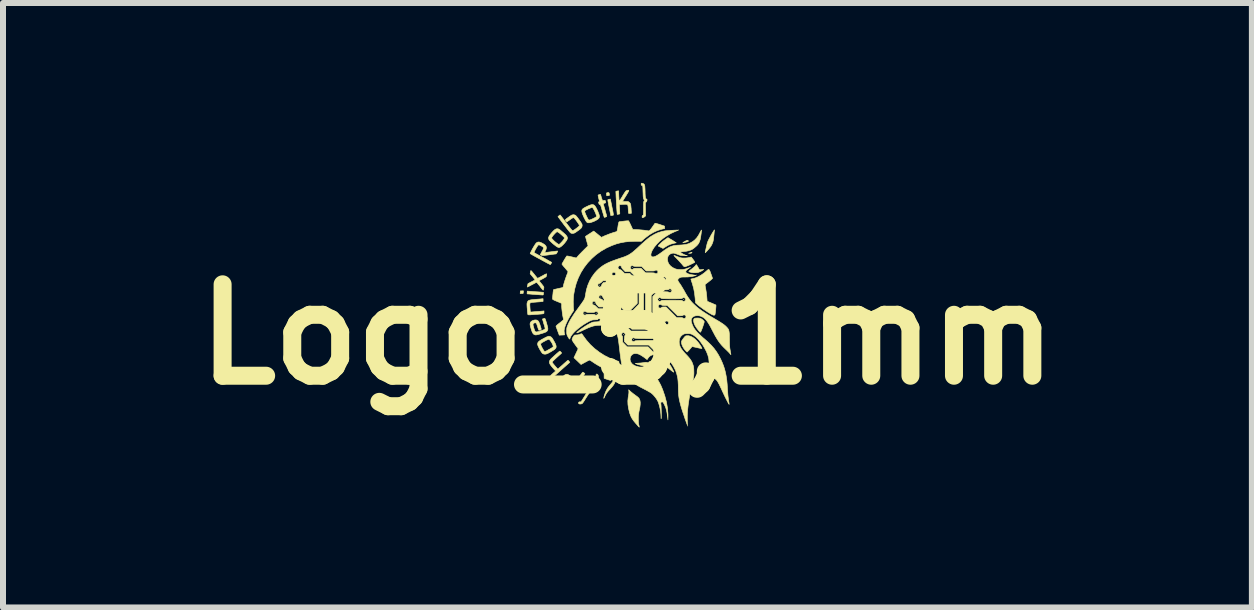
<source format=kicad_pcb>
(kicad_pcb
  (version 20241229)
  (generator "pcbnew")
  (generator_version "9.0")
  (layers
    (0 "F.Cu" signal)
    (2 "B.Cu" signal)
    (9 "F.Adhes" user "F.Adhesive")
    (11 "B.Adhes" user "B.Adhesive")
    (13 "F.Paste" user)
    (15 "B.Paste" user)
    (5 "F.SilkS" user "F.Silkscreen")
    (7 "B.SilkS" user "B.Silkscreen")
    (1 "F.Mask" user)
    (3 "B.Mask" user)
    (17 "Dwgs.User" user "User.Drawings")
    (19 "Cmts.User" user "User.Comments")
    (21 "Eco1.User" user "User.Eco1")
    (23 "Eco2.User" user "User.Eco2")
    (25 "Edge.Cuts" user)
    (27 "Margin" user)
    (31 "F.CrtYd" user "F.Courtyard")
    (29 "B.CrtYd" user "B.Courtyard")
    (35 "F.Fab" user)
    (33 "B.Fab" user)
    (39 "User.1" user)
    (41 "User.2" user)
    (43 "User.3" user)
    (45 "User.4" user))
  (footprint "Logo_5,1mm"
    (layer "F.Cu")
    (at 7.41 2.524)
    (property "Reference" "Logo_5,1mm" (at 0 0 0) (layer "F.SilkS") (effects (font (size 1.524 1.524) (thickness 0.3))))
    (attr through_hole)
    (fp_poly (pts (xy -0.706 -0.353) (xy -0.709 -0.351) (xy -0.711 -0.353) (xy -0.709 -0.356) (xy -0.706 -0.353)) (stroke (width 0.01) (type solid)) (fill yes) (layer "F.SilkS"))
    (fp_poly (pts (xy -0.554 -0.521) (xy -0.556 -0.518) (xy -0.559 -0.521) (xy -0.556 -0.523) (xy -0.554 -0.521)) (stroke (width 0.01) (type solid)) (fill yes) (layer "F.SilkS"))
    (fp_poly (pts (xy -0.518 -0.353) (xy -0.521 -0.351) (xy -0.523 -0.353) (xy -0.521 -0.356) (xy -0.518 -0.353)) (stroke (width 0.01) (type solid)) (fill yes) (layer "F.SilkS"))
    (fp_poly (pts (xy -0.462 -0.82) (xy -0.465 -0.818) (xy -0.467 -0.82) (xy -0.465 -0.823) (xy -0.462 -0.82)) (stroke (width 0.01) (type solid)) (fill yes) (layer "F.SilkS"))
    (fp_poly (pts (xy -0.442 -0.622) (xy -0.445 -0.62) (xy -0.447 -0.622) (xy -0.445 -0.625) (xy -0.442 -0.622)) (stroke (width 0.01) (type solid)) (fill yes) (layer "F.SilkS"))
    (fp_poly (pts (xy -0.066 0.003) (xy -0.069 0.005) (xy -0.071 0.003) (xy -0.069 0) (xy -0.066 0.003)) (stroke (width 0.01) (type solid)) (fill yes) (layer "F.SilkS"))
    (fp_poly (pts (xy 0.081 -1.115) (xy 0.079 -1.113) (xy 0.076 -1.115) (xy 0.079 -1.118) (xy 0.081 -1.115)) (stroke (width 0.01) (type solid)) (fill yes) (layer "F.SilkS"))
    (fp_poly (pts (xy 0.102 0.089) (xy 0.099 0.091) (xy 0.097 0.089) (xy 0.099 0.086) (xy 0.102 0.089)) (stroke (width 0.01) (type solid)) (fill yes) (layer "F.SilkS"))
    (fp_poly (pts (xy 0.538 -0.582) (xy 0.536 -0.579) (xy 0.533 -0.582) (xy 0.536 -0.584) (xy 0.538 -0.582)) (stroke (width 0.01) (type solid)) (fill yes) (layer "F.SilkS"))
    (fp_poly (pts (xy 0.615 -0.927) (xy 0.612 -0.925) (xy 0.61 -0.927) (xy 0.612 -0.93) (xy 0.615 -0.927)) (stroke (width 0.01) (type solid)) (fill yes) (layer "F.SilkS"))
    (fp_poly (pts (xy 0.711 -0.729) (xy 0.709 -0.726) (xy 0.706 -0.729) (xy 0.709 -0.732) (xy 0.711 -0.729)) (stroke (width 0.01) (type solid)) (fill yes) (layer "F.SilkS"))
    (fp_poly (pts (xy 0.853 -1.74) (xy 0.851 -1.737) (xy 0.848 -1.74) (xy 0.851 -1.742) (xy 0.853 -1.74)) (stroke (width 0.01) (type solid)) (fill yes) (layer "F.SilkS"))
    (fp_poly (pts (xy 0.94 -0.582) (xy 0.937 -0.579) (xy 0.935 -0.582) (xy 0.937 -0.584) (xy 0.94 -0.582)) (stroke (width 0.01) (type solid)) (fill yes) (layer "F.SilkS"))
    (fp_poly (pts (xy 1.052 -1.12) (xy 1.049 -1.118) (xy 1.046 -1.12) (xy 1.049 -1.123) (xy 1.052 -1.12)) (stroke (width 0.01) (type solid)) (fill yes) (layer "F.SilkS"))
    (fp_poly (pts (xy 1.148 -0.988) (xy 1.146 -0.986) (xy 1.143 -0.988) (xy 1.146 -0.991) (xy 1.148 -0.988)) (stroke (width 0.01) (type solid)) (fill yes) (layer "F.SilkS"))
    (fp_poly (pts (xy 1.004 1.521) (xy 1.005 1.527) (xy 1.004 1.527) (xy 1.001 1.527) (xy 1.001 1.524) (xy 1.003 1.52) (xy 1.004 1.521)) (stroke (width 0.01) (type solid)) (fill yes) (layer "F.SilkS"))
    (fp_poly (pts (xy 1.075 -1.368) (xy 1.072 -1.361) (xy 1.066 -1.355) (xy 1.055 -1.352) (xy 1.042 -1.351) (xy 1.019 -1.352) (xy 1.046 -1.361) (xy 1.062 -1.367) (xy 1.072 -1.37) (xy 1.076 -1.371) (xy 1.075 -1.368)) (stroke (width 0.01) (type solid)) (fill yes) (layer "F.SilkS"))
    (fp_poly (pts (xy -1.735 -0.725) (xy -1.733 -0.721) (xy -1.734 -0.719) (xy -1.737 -0.707) (xy -1.737 -0.696) (xy -1.738 -0.687) (xy -1.741 -0.682) (xy -1.75 -0.681) (xy -1.763 -0.681) (xy -1.789 -0.681) (xy -1.787 -0.702) (xy -1.786 -0.724) (xy -1.758 -0.725) (xy -1.743 -0.726) (xy -1.735 -0.725)) (stroke (width 0.01) (type solid)) (fill yes) (layer "F.SilkS"))
    (fp_poly (pts (xy -0.036 -0.869) (xy -0.032 -0.86) (xy -0.031 -0.857) (xy -0.034 -0.844) (xy -0.042 -0.831) (xy -0.055 -0.82) (xy -0.068 -0.813) (xy -0.081 -0.812) (xy -0.088 -0.816) (xy -0.092 -0.827) (xy -0.089 -0.84) (xy -0.081 -0.853) (xy -0.07 -0.865) (xy -0.057 -0.872) (xy -0.047 -0.873) (xy -0.036 -0.869)) (stroke (width 0.01) (type solid)) (fill yes) (layer "F.SilkS"))
    (fp_poly (pts (xy -0.309 -2.36) (xy -0.305 -2.351) (xy -0.303 -2.343) (xy -0.301 -2.329) (xy -0.301 -2.32) (xy -0.301 -2.318) (xy -0.308 -2.316) (xy -0.32 -2.314) (xy -0.324 -2.313) (xy -0.345 -2.31) (xy -0.349 -2.332) (xy -0.351 -2.348) (xy -0.349 -2.357) (xy -0.339 -2.361) (xy -0.325 -2.363) (xy -0.314 -2.363) (xy -0.309 -2.36)) (stroke (width 0.01) (type solid)) (fill yes) (layer "F.SilkS"))
    (fp_poly (pts (xy 1.007 -1.566) (xy 1.008 -1.565) (xy 1.015 -1.558) (xy 1.016 -1.554) (xy 1.011 -1.55) (xy 1 -1.545) (xy 0.983 -1.54) (xy 0.964 -1.535) (xy 0.946 -1.531) (xy 0.945 -1.531) (xy 0.922 -1.528) (xy 0.936 -1.538) (xy 0.949 -1.546) (xy 0.967 -1.555) (xy 0.975 -1.56) (xy 0.991 -1.566) (xy 1 -1.568) (xy 1.007 -1.566)) (stroke (width 0.01) (type solid)) (fill yes) (layer "F.SilkS"))
    (fp_poly (pts (xy -0.27 -2.181) (xy -0.26 -2.129) (xy -0.251 -2.086) (xy -0.244 -2.052) (xy -0.239 -2.026) (xy -0.236 -2.007) (xy -0.235 -1.995) (xy -0.235 -1.989) (xy -0.235 -1.988) (xy -0.242 -1.986) (xy -0.254 -1.983) (xy -0.258 -1.983) (xy -0.278 -1.98) (xy -0.304 -2.111) (xy -0.311 -2.146) (xy -0.317 -2.178) (xy -0.322 -2.205) (xy -0.326 -2.226) (xy -0.327 -2.24) (xy -0.327 -2.245) (xy -0.319 -2.249) (xy -0.306 -2.252) (xy -0.304 -2.252) (xy -0.286 -2.256) (xy -0.27 -2.181)) (stroke (width 0.01) (type solid)) (fill yes) (layer "F.SilkS"))
    (fp_poly (pts (xy 0.704 -1.595) (xy 0.723 -1.584) (xy 0.746 -1.57) (xy 0.769 -1.556) (xy 0.773 -1.553) (xy 0.813 -1.527) (xy 0.77 -1.518) (xy 0.72 -1.504) (xy 0.67 -1.482) (xy 0.627 -1.455) (xy 0.611 -1.445) (xy 0.599 -1.437) (xy 0.593 -1.433) (xy 0.592 -1.433) (xy 0.588 -1.435) (xy 0.576 -1.441) (xy 0.56 -1.449) (xy 0.554 -1.452) (xy 0.536 -1.461) (xy 0.522 -1.467) (xy 0.515 -1.471) (xy 0.514 -1.471) (xy 0.514 -1.476) (xy 0.521 -1.486) (xy 0.534 -1.5) (xy 0.551 -1.516) (xy 0.571 -1.535) (xy 0.594 -1.554) (xy 0.618 -1.572) (xy 0.64 -1.588) (xy 0.675 -1.612) (xy 0.704 -1.595)) (stroke (width 0.01) (type solid)) (fill yes) (layer "F.SilkS"))
    (fp_poly (pts (xy 1.151 -1.159) (xy 1.161 -1.145) (xy 1.175 -1.122) (xy 1.176 -1.119) (xy 1.201 -1.076) (xy 1.236 -1.079) (xy 1.271 -1.082) (xy 1.258 -1.071) (xy 1.247 -1.064) (xy 1.23 -1.055) (xy 1.211 -1.046) (xy 1.211 -1.045) (xy 1.19 -1.037) (xy 1.172 -1.031) (xy 1.152 -1.029) (xy 1.133 -1.028) (xy 1.103 -1.028) (xy 1.075 -1.031) (xy 1.06 -1.034) (xy 1.039 -1.04) (xy 1.026 -1.044) (xy 1.023 -1.05) (xy 1.028 -1.057) (xy 1.042 -1.068) (xy 1.055 -1.078) (xy 1.075 -1.093) (xy 1.095 -1.109) (xy 1.113 -1.125) (xy 1.128 -1.14) (xy 1.139 -1.152) (xy 1.143 -1.159) (xy 1.143 -1.159) (xy 1.145 -1.164) (xy 1.151 -1.159)) (stroke (width 0.01) (type solid)) (fill yes) (layer "F.SilkS"))
    (fp_poly (pts (xy -1.637 -0.719) (xy -1.621 -0.717) (xy -1.597 -0.716) (xy -1.568 -0.713) (xy -1.535 -0.711) (xy -1.502 -0.709) (xy -1.471 -0.707) (xy -1.444 -0.705) (xy -1.422 -0.703) (xy -1.407 -0.701) (xy -1.4 -0.7) (xy -1.4 -0.7) (xy -1.4 -0.695) (xy -1.4 -0.682) (xy -1.401 -0.677) (xy -1.403 -0.663) (xy -1.407 -0.657) (xy -1.414 -0.656) (xy -1.417 -0.656) (xy -1.425 -0.657) (xy -1.443 -0.658) (xy -1.467 -0.66) (xy -1.496 -0.662) (xy -1.529 -0.664) (xy -1.549 -0.666) (xy -1.583 -0.668) (xy -1.613 -0.671) (xy -1.639 -0.673) (xy -1.658 -0.674) (xy -1.669 -0.675) (xy -1.671 -0.675) (xy -1.673 -0.68) (xy -1.673 -0.692) (xy -1.672 -0.698) (xy -1.67 -0.721) (xy -1.637 -0.719)) (stroke (width 0.01) (type solid)) (fill yes) (layer "F.SilkS"))
    (fp_poly (pts (xy 1.19 -0.271) (xy 1.207 -0.268) (xy 1.222 -0.263) (xy 1.227 -0.261) (xy 1.246 -0.249) (xy 1.263 -0.235) (xy 1.275 -0.222) (xy 1.28 -0.211) (xy 1.28 -0.21) (xy 1.278 -0.201) (xy 1.274 -0.185) (xy 1.267 -0.164) (xy 1.259 -0.139) (xy 1.251 -0.114) (xy 1.242 -0.091) (xy 1.234 -0.071) (xy 1.23 -0.06) (xy 1.223 -0.046) (xy 1.217 -0.037) (xy 1.214 -0.036) (xy 1.209 -0.039) (xy 1.2 -0.049) (xy 1.187 -0.063) (xy 1.183 -0.067) (xy 1.149 -0.112) (xy 1.124 -0.153) (xy 1.109 -0.19) (xy 1.102 -0.224) (xy 1.102 -0.228) (xy 1.104 -0.247) (xy 1.109 -0.259) (xy 1.12 -0.267) (xy 1.138 -0.271) (xy 1.165 -0.272) (xy 1.165 -0.272) (xy 1.19 -0.271)) (stroke (width 0.01) (type solid)) (fill yes) (layer "F.SilkS"))
    (fp_poly (pts (xy 1.45 -1.738) (xy 1.449 -1.726) (xy 1.447 -1.713) (xy 1.445 -1.696) (xy 1.443 -1.672) (xy 1.44 -1.645) (xy 1.438 -1.625) (xy 1.433 -1.58) (xy 1.424 -1.541) (xy 1.411 -1.507) (xy 1.394 -1.475) (xy 1.39 -1.468) (xy 1.38 -1.455) (xy 1.367 -1.439) (xy 1.353 -1.421) (xy 1.337 -1.403) (xy 1.323 -1.387) (xy 1.31 -1.374) (xy 1.301 -1.365) (xy 1.296 -1.362) (xy 1.296 -1.363) (xy 1.297 -1.37) (xy 1.299 -1.386) (xy 1.304 -1.407) (xy 1.309 -1.431) (xy 1.315 -1.457) (xy 1.321 -1.483) (xy 1.326 -1.505) (xy 1.331 -1.523) (xy 1.334 -1.532) (xy 1.341 -1.551) (xy 1.353 -1.577) (xy 1.369 -1.607) (xy 1.386 -1.639) (xy 1.403 -1.67) (xy 1.421 -1.699) (xy 1.423 -1.702) (xy 1.434 -1.72) (xy 1.443 -1.733) (xy 1.449 -1.741) (xy 1.45 -1.742) (xy 1.45 -1.738)) (stroke (width 0.01) (type solid)) (fill yes) (layer "F.SilkS"))
    (fp_poly (pts (xy -0.195 0.691) (xy -0.193 0.701) (xy -0.193 0.716) (xy -0.194 0.735) (xy -0.197 0.755) (xy -0.2 0.773) (xy -0.201 0.775) (xy -0.209 0.8) (xy -0.221 0.825) (xy -0.238 0.851) (xy -0.261 0.879) (xy -0.29 0.912) (xy -0.291 0.913) (xy -0.317 0.941) (xy -0.337 0.965) (xy -0.353 0.988) (xy -0.367 1.012) (xy -0.38 1.039) (xy -0.382 1.044) (xy -0.389 1.058) (xy -0.394 1.066) (xy -0.396 1.066) (xy -0.396 1.066) (xy -0.394 1.054) (xy -0.39 1.035) (xy -0.383 1.012) (xy -0.375 0.988) (xy -0.366 0.964) (xy -0.358 0.945) (xy -0.355 0.938) (xy -0.339 0.909) (xy -0.322 0.882) (xy -0.301 0.856) (xy -0.276 0.826) (xy -0.26 0.807) (xy -0.244 0.784) (xy -0.229 0.76) (xy -0.217 0.737) (xy -0.208 0.717) (xy -0.203 0.703) (xy -0.203 0.701) (xy -0.201 0.691) (xy -0.198 0.688) (xy -0.195 0.691)) (stroke (width 0.01) (type solid)) (fill yes) (layer "F.SilkS"))
    (fp_poly (pts (xy 0.783 -1.314) (xy 0.797 -1.309) (xy 0.816 -1.302) (xy 0.824 -1.298) (xy 0.848 -1.29) (xy 0.872 -1.281) (xy 0.893 -1.276) (xy 0.897 -1.275) (xy 0.926 -1.272) (xy 0.96 -1.272) (xy 0.996 -1.275) (xy 1.03 -1.281) (xy 1.035 -1.282) (xy 1.062 -1.289) (xy 1.079 -1.268) (xy 1.091 -1.252) (xy 1.104 -1.235) (xy 1.114 -1.22) (xy 1.12 -1.208) (xy 1.122 -1.202) (xy 1.122 -1.202) (xy 1.114 -1.197) (xy 1.099 -1.189) (xy 1.079 -1.179) (xy 1.057 -1.168) (xy 1.036 -1.158) (xy 1.017 -1.149) (xy 1.008 -1.146) (xy 0.983 -1.136) (xy 0.966 -1.129) (xy 0.953 -1.128) (xy 0.943 -1.131) (xy 0.934 -1.139) (xy 0.922 -1.153) (xy 0.91 -1.168) (xy 0.892 -1.188) (xy 0.87 -1.213) (xy 0.846 -1.239) (xy 0.823 -1.262) (xy 0.822 -1.264) (xy 0.804 -1.282) (xy 0.789 -1.297) (xy 0.779 -1.309) (xy 0.775 -1.315) (xy 0.775 -1.316) (xy 0.783 -1.314)) (stroke (width 0.01) (type solid)) (fill yes) (layer "F.SilkS"))
    (fp_poly (pts (xy 0.054 0.955) (xy 0.075 0.972) (xy 0.1 0.992) (xy 0.125 1.01) (xy 0.131 1.015) (xy 0.151 1.029) (xy 0.169 1.043) (xy 0.183 1.056) (xy 0.188 1.06) (xy 0.201 1.081) (xy 0.209 1.106) (xy 0.213 1.135) (xy 0.212 1.171) (xy 0.207 1.214) (xy 0.197 1.261) (xy 0.19 1.294) (xy 0.186 1.321) (xy 0.183 1.346) (xy 0.181 1.373) (xy 0.181 1.405) (xy 0.182 1.443) (xy 0.183 1.474) (xy 0.187 1.499) (xy 0.19 1.511) (xy 0.194 1.528) (xy 0.196 1.541) (xy 0.197 1.547) (xy 0.197 1.547) (xy 0.193 1.544) (xy 0.184 1.535) (xy 0.17 1.52) (xy 0.154 1.501) (xy 0.141 1.487) (xy 0.109 1.449) (xy 0.084 1.415) (xy 0.064 1.381) (xy 0.049 1.346) (xy 0.035 1.306) (xy 0.033 1.298) (xy 0.017 1.231) (xy 0.008 1.168) (xy 0.006 1.108) (xy 0.012 1.049) (xy 0.016 1.026) (xy 0.022 0.99) (xy 0.024 0.961) (xy 0.023 0.948) (xy 0.02 0.923) (xy 0.054 0.955)) (stroke (width 0.01) (type solid)) (fill yes) (layer "F.SilkS"))
    (fp_poly (pts (xy 1.019 0.023) (xy 1.055 0.033) (xy 1.091 0.052) (xy 1.127 0.079) (xy 1.151 0.103) (xy 1.167 0.121) (xy 1.184 0.141) (xy 1.2 0.163) (xy 1.215 0.185) (xy 1.227 0.204) (xy 1.236 0.22) (xy 1.241 0.231) (xy 1.241 0.235) (xy 1.234 0.235) (xy 1.219 0.233) (xy 1.197 0.229) (xy 1.169 0.223) (xy 1.157 0.22) (xy 1.13 0.214) (xy 1.106 0.209) (xy 1.089 0.205) (xy 1.078 0.204) (xy 1.076 0.204) (xy 1.067 0.215) (xy 1.054 0.23) (xy 1.04 0.247) (xy 1.025 0.264) (xy 1.011 0.278) (xy 1.001 0.289) (xy 0.995 0.294) (xy 0.994 0.294) (xy 0.988 0.29) (xy 0.978 0.281) (xy 0.965 0.267) (xy 0.961 0.263) (xy 0.936 0.229) (xy 0.916 0.194) (xy 0.904 0.16) (xy 0.901 0.141) (xy 0.9 0.129) (xy 0.9 0.12) (xy 0.903 0.11) (xy 0.91 0.099) (xy 0.921 0.083) (xy 0.93 0.07) (xy 0.945 0.051) (xy 0.956 0.038) (xy 0.964 0.03) (xy 0.972 0.026) (xy 0.982 0.024) (xy 0.986 0.023) (xy 1.019 0.023)) (stroke (width 0.01) (type solid)) (fill yes) (layer "F.SilkS"))
    (fp_poly (pts (xy -0.434 -2.28) (xy -0.427 -2.259) (xy -0.421 -2.242) (xy -0.416 -2.231) (xy -0.414 -2.228) (xy -0.406 -2.23) (xy -0.393 -2.232) (xy -0.39 -2.233) (xy -0.378 -2.234) (xy -0.372 -2.232) (xy -0.368 -2.222) (xy -0.366 -2.217) (xy -0.363 -2.202) (xy -0.365 -2.194) (xy -0.373 -2.189) (xy -0.382 -2.187) (xy -0.395 -2.184) (xy -0.402 -2.181) (xy -0.402 -2.181) (xy -0.402 -2.176) (xy -0.399 -2.163) (xy -0.394 -2.142) (xy -0.387 -2.117) (xy -0.378 -2.087) (xy -0.375 -2.077) (xy -0.367 -2.046) (xy -0.359 -2.018) (xy -0.352 -1.995) (xy -0.348 -1.978) (xy -0.346 -1.968) (xy -0.346 -1.967) (xy -0.35 -1.963) (xy -0.36 -1.958) (xy -0.373 -1.953) (xy -0.385 -1.951) (xy -0.386 -1.951) (xy -0.388 -1.955) (xy -0.392 -1.968) (xy -0.399 -1.988) (xy -0.406 -2.014) (xy -0.415 -2.044) (xy -0.419 -2.057) (xy -0.429 -2.092) (xy -0.436 -2.119) (xy -0.443 -2.138) (xy -0.447 -2.151) (xy -0.451 -2.159) (xy -0.455 -2.163) (xy -0.459 -2.164) (xy -0.46 -2.164) (xy -0.469 -2.166) (xy -0.475 -2.175) (xy -0.477 -2.183) (xy -0.481 -2.198) (xy -0.482 -2.206) (xy -0.479 -2.209) (xy -0.472 -2.21) (xy -0.464 -2.212) (xy -0.464 -2.216) (xy -0.47 -2.234) (xy -0.476 -2.254) (xy -0.481 -2.276) (xy -0.486 -2.296) (xy -0.489 -2.311) (xy -0.489 -2.321) (xy -0.489 -2.322) (xy -0.481 -2.326) (xy -0.468 -2.33) (xy -0.467 -2.33) (xy -0.449 -2.333) (xy -0.434 -2.28)) (stroke (width 0.01) (type solid)) (fill yes) (layer "F.SilkS"))
    (fp_poly (pts (xy 0.588 0.402) (xy 0.619 0.421) (xy 0.652 0.447) (xy 0.683 0.478) (xy 0.709 0.51) (xy 0.72 0.527) (xy 0.732 0.547) (xy 0.744 0.569) (xy 0.755 0.59) (xy 0.764 0.609) (xy 0.77 0.623) (xy 0.771 0.63) (xy 0.771 0.63) (xy 0.767 0.629) (xy 0.756 0.622) (xy 0.741 0.611) (xy 0.722 0.596) (xy 0.717 0.592) (xy 0.697 0.576) (xy 0.681 0.563) (xy 0.669 0.553) (xy 0.663 0.549) (xy 0.663 0.549) (xy 0.658 0.551) (xy 0.646 0.556) (xy 0.629 0.563) (xy 0.621 0.567) (xy 0.607 0.573) (xy 0.587 0.581) (xy 0.563 0.59) (xy 0.538 0.6) (xy 0.513 0.61) (xy 0.491 0.618) (xy 0.472 0.625) (xy 0.46 0.629) (xy 0.456 0.63) (xy 0.451 0.627) (xy 0.441 0.619) (xy 0.426 0.608) (xy 0.419 0.602) (xy 0.387 0.578) (xy 0.354 0.559) (xy 0.318 0.543) (xy 0.276 0.529) (xy 0.242 0.519) (xy 0.214 0.512) (xy 0.189 0.505) (xy 0.167 0.499) (xy 0.153 0.494) (xy 0.15 0.493) (xy 0.13 0.484) (xy 0.18 0.48) (xy 0.208 0.478) (xy 0.239 0.475) (xy 0.267 0.471) (xy 0.274 0.47) (xy 0.298 0.466) (xy 0.315 0.466) (xy 0.322 0.468) (xy 0.333 0.472) (xy 0.346 0.47) (xy 0.356 0.462) (xy 0.366 0.455) (xy 0.384 0.447) (xy 0.401 0.441) (xy 0.422 0.435) (xy 0.449 0.426) (xy 0.477 0.416) (xy 0.496 0.408) (xy 0.553 0.385) (xy 0.588 0.402)) (stroke (width 0.01) (type solid)) (fill yes) (layer "F.SilkS"))
    (fp_poly (pts (xy 0.242 -2.519) (xy 0.247 -2.518) (xy 0.264 -2.513) (xy 0.276 -2.505) (xy 0.284 -2.491) (xy 0.289 -2.469) (xy 0.29 -2.452) (xy 0.292 -2.429) (xy 0.293 -2.4) (xy 0.294 -2.37) (xy 0.294 -2.351) (xy 0.296 -2.312) (xy 0.299 -2.284) (xy 0.305 -2.265) (xy 0.313 -2.256) (xy 0.317 -2.256) (xy 0.324 -2.252) (xy 0.326 -2.241) (xy 0.324 -2.228) (xy 0.318 -2.215) (xy 0.312 -2.207) (xy 0.299 -2.194) (xy 0.302 -1.976) (xy 0.29 -1.964) (xy 0.276 -1.954) (xy 0.26 -1.948) (xy 0.249 -1.946) (xy 0.245 -1.949) (xy 0.244 -1.96) (xy 0.244 -1.962) (xy 0.246 -1.975) (xy 0.253 -1.983) (xy 0.255 -1.984) (xy 0.259 -1.986) (xy 0.262 -1.989) (xy 0.264 -1.994) (xy 0.265 -2.002) (xy 0.266 -2.016) (xy 0.267 -2.036) (xy 0.267 -2.063) (xy 0.267 -2.098) (xy 0.267 -2.136) (xy 0.267 -2.164) (xy 0.268 -2.185) (xy 0.269 -2.2) (xy 0.271 -2.21) (xy 0.273 -2.217) (xy 0.275 -2.22) (xy 0.28 -2.229) (xy 0.28 -2.236) (xy 0.275 -2.247) (xy 0.273 -2.252) (xy 0.269 -2.26) (xy 0.266 -2.27) (xy 0.264 -2.282) (xy 0.262 -2.299) (xy 0.261 -2.322) (xy 0.26 -2.353) (xy 0.259 -2.372) (xy 0.258 -2.403) (xy 0.257 -2.431) (xy 0.256 -2.453) (xy 0.254 -2.47) (xy 0.253 -2.477) (xy 0.252 -2.478) (xy 0.244 -2.483) (xy 0.238 -2.484) (xy 0.232 -2.486) (xy 0.229 -2.494) (xy 0.229 -2.503) (xy 0.229 -2.515) (xy 0.233 -2.519) (xy 0.242 -2.519)) (stroke (width 0.01) (type solid)) (fill yes) (layer "F.SilkS"))
    (fp_poly (pts (xy -1.123 0.283) (xy -1.113 0.291) (xy -1.11 0.295) (xy -1.101 0.305) (xy -1.098 0.311) (xy -1.102 0.316) (xy -1.105 0.319) (xy -1.112 0.326) (xy -1.125 0.337) (xy -1.143 0.353) (xy -1.164 0.372) (xy -1.185 0.391) (xy -1.211 0.415) (xy -1.232 0.435) (xy -1.247 0.45) (xy -1.254 0.46) (xy -1.255 0.463) (xy -1.253 0.469) (xy -1.246 0.48) (xy -1.233 0.496) (xy -1.215 0.518) (xy -1.191 0.546) (xy -1.178 0.56) (xy -1.161 0.579) (xy -1.078 0.506) (xy -1.054 0.484) (xy -1.032 0.465) (xy -1.014 0.449) (xy -1 0.438) (xy -0.993 0.432) (xy -0.991 0.432) (xy -0.986 0.435) (xy -0.977 0.445) (xy -0.974 0.449) (xy -0.961 0.465) (xy -1.096 0.584) (xy -1.135 0.619) (xy -1.166 0.647) (xy -1.192 0.67) (xy -1.212 0.687) (xy -1.228 0.7) (xy -1.239 0.709) (xy -1.247 0.714) (xy -1.253 0.716) (xy -1.257 0.716) (xy -1.26 0.714) (xy -1.263 0.71) (xy -1.266 0.705) (xy -1.267 0.703) (xy -1.281 0.685) (xy -1.254 0.661) (xy -1.238 0.646) (xy -1.222 0.633) (xy -1.212 0.624) (xy -1.197 0.611) (xy -1.242 0.561) (xy -1.268 0.53) (xy -1.287 0.504) (xy -1.298 0.483) (xy -1.303 0.464) (xy -1.3 0.446) (xy -1.291 0.429) (xy -1.275 0.409) (xy -1.264 0.398) (xy -1.246 0.382) (xy -1.226 0.363) (xy -1.205 0.344) (xy -1.184 0.325) (xy -1.164 0.308) (xy -1.148 0.294) (xy -1.135 0.284) (xy -1.129 0.28) (xy -1.128 0.279) (xy -1.123 0.283)) (stroke (width 0.01) (type solid)) (fill yes) (layer "F.SilkS"))
    (fp_poly (pts (xy -1.149 -1.757) (xy -1.131 -1.746) (xy -1.121 -1.739) (xy -1.105 -1.726) (xy -1.087 -1.71) (xy -1.066 -1.693) (xy -1.066 -1.692) (xy -1.037 -1.667) (xy -1.017 -1.645) (xy -1.005 -1.625) (xy -1.001 -1.606) (xy -1.005 -1.586) (xy -1.017 -1.563) (xy -1.037 -1.536) (xy -1.053 -1.516) (xy -1.079 -1.489) (xy -1.102 -1.468) (xy -1.123 -1.454) (xy -1.14 -1.448) (xy -1.143 -1.448) (xy -1.152 -1.45) (xy -1.166 -1.455) (xy -1.169 -1.457) (xy -1.183 -1.465) (xy -1.2 -1.478) (xy -1.221 -1.494) (xy -1.243 -1.512) (xy -1.264 -1.531) (xy -1.283 -1.549) (xy -1.298 -1.564) (xy -1.307 -1.576) (xy -1.308 -1.577) (xy -1.314 -1.593) (xy -1.315 -1.608) (xy -1.315 -1.608) (xy -1.265 -1.608) (xy -1.261 -1.599) (xy -1.251 -1.586) (xy -1.235 -1.569) (xy -1.217 -1.552) (xy -1.197 -1.535) (xy -1.178 -1.52) (xy -1.161 -1.508) (xy -1.148 -1.501) (xy -1.142 -1.5) (xy -1.134 -1.504) (xy -1.122 -1.514) (xy -1.106 -1.53) (xy -1.091 -1.546) (xy -1.072 -1.569) (xy -1.059 -1.587) (xy -1.053 -1.6) (xy -1.053 -1.611) (xy -1.058 -1.621) (xy -1.066 -1.629) (xy -1.095 -1.655) (xy -1.121 -1.678) (xy -1.143 -1.695) (xy -1.161 -1.706) (xy -1.172 -1.711) (xy -1.174 -1.711) (xy -1.183 -1.706) (xy -1.195 -1.696) (xy -1.211 -1.68) (xy -1.227 -1.663) (xy -1.242 -1.645) (xy -1.254 -1.628) (xy -1.263 -1.615) (xy -1.265 -1.608) (xy -1.315 -1.608) (xy -1.312 -1.624) (xy -1.303 -1.642) (xy -1.288 -1.664) (xy -1.266 -1.691) (xy -1.26 -1.698) (xy -1.233 -1.727) (xy -1.21 -1.747) (xy -1.189 -1.758) (xy -1.169 -1.761) (xy -1.149 -1.757)) (stroke (width 0.01) (type solid)) (fill yes) (layer "F.SilkS"))
    (fp_poly (pts (xy -0.575 -2.163) (xy -0.558 -2.156) (xy -0.543 -2.142) (xy -0.528 -2.12) (xy -0.512 -2.09) (xy -0.494 -2.051) (xy -0.488 -2.036) (xy -0.476 -2.005) (xy -0.469 -1.981) (xy -0.467 -1.962) (xy -0.471 -1.947) (xy -0.48 -1.933) (xy -0.487 -1.926) (xy -0.505 -1.912) (xy -0.53 -1.898) (xy -0.558 -1.884) (xy -0.588 -1.873) (xy -0.615 -1.864) (xy -0.636 -1.86) (xy -0.653 -1.86) (xy -0.664 -1.861) (xy -0.673 -1.866) (xy -0.682 -1.875) (xy -0.692 -1.888) (xy -0.704 -1.909) (xy -0.718 -1.936) (xy -0.729 -1.958) (xy -0.745 -1.995) (xy -0.756 -2.025) (xy -0.761 -2.048) (xy -0.761 -2.051) (xy -0.713 -2.051) (xy -0.712 -2.043) (xy -0.708 -2.03) (xy -0.701 -2.012) (xy -0.69 -1.986) (xy -0.689 -1.985) (xy -0.678 -1.962) (xy -0.668 -1.94) (xy -0.659 -1.924) (xy -0.653 -1.915) (xy -0.653 -1.914) (xy -0.647 -1.909) (xy -0.639 -1.906) (xy -0.627 -1.908) (xy -0.611 -1.913) (xy -0.589 -1.923) (xy -0.568 -1.933) (xy -0.542 -1.946) (xy -0.525 -1.957) (xy -0.516 -1.965) (xy -0.516 -1.966) (xy -0.516 -1.975) (xy -0.521 -1.991) (xy -0.528 -2.011) (xy -0.538 -2.034) (xy -0.548 -2.057) (xy -0.559 -2.078) (xy -0.569 -2.095) (xy -0.576 -2.106) (xy -0.577 -2.107) (xy -0.59 -2.118) (xy -0.614 -2.108) (xy -0.649 -2.094) (xy -0.677 -2.08) (xy -0.698 -2.069) (xy -0.709 -2.06) (xy -0.711 -2.057) (xy -0.713 -2.051) (xy -0.761 -2.051) (xy -0.761 -2.067) (xy -0.754 -2.083) (xy -0.74 -2.097) (xy -0.719 -2.11) (xy -0.691 -2.125) (xy -0.682 -2.129) (xy -0.647 -2.146) (xy -0.618 -2.157) (xy -0.595 -2.163) (xy -0.575 -2.163)) (stroke (width 0.01) (type solid)) (fill yes) (layer "F.SilkS"))
    (fp_poly (pts (xy 1.361 -1.078) (xy 1.368 -1.067) (xy 1.377 -1.049) (xy 1.387 -1.021) (xy 1.39 -1.013) (xy 1.399 -0.988) (xy 1.407 -0.965) (xy 1.413 -0.948) (xy 1.416 -0.937) (xy 1.417 -0.935) (xy 1.416 -0.931) (xy 1.411 -0.926) (xy 1.402 -0.918) (xy 1.389 -0.906) (xy 1.37 -0.891) (xy 1.345 -0.871) (xy 1.312 -0.846) (xy 1.298 -0.835) (xy 1.295 -0.832) (xy 1.294 -0.825) (xy 1.295 -0.814) (xy 1.297 -0.797) (xy 1.302 -0.772) (xy 1.303 -0.766) (xy 1.308 -0.736) (xy 1.314 -0.7) (xy 1.318 -0.662) (xy 1.322 -0.628) (xy 1.322 -0.627) (xy 1.328 -0.552) (xy 1.4 -0.522) (xy 1.424 -0.512) (xy 1.446 -0.502) (xy 1.463 -0.495) (xy 1.472 -0.49) (xy 1.474 -0.489) (xy 1.475 -0.482) (xy 1.475 -0.468) (xy 1.473 -0.448) (xy 1.471 -0.424) (xy 1.469 -0.399) (xy 1.466 -0.374) (xy 1.463 -0.352) (xy 1.46 -0.335) (xy 1.457 -0.325) (xy 1.456 -0.324) (xy 1.447 -0.32) (xy 1.436 -0.32) (xy 1.421 -0.325) (xy 1.401 -0.334) (xy 1.376 -0.349) (xy 1.349 -0.365) (xy 1.305 -0.394) (xy 1.262 -0.423) (xy 1.223 -0.452) (xy 1.188 -0.478) (xy 1.161 -0.501) (xy 1.158 -0.505) (xy 1.134 -0.526) (xy 1.128 -0.604) (xy 1.118 -0.689) (xy 1.103 -0.769) (xy 1.081 -0.846) (xy 1.077 -0.859) (xy 1.069 -0.882) (xy 1.063 -0.902) (xy 1.059 -0.915) (xy 1.057 -0.922) (xy 1.057 -0.922) (xy 1.061 -0.923) (xy 1.073 -0.926) (xy 1.08 -0.927) (xy 1.125 -0.938) (xy 1.172 -0.957) (xy 1.221 -0.984) (xy 1.27 -1.017) (xy 1.316 -1.055) (xy 1.332 -1.07) (xy 1.344 -1.079) (xy 1.353 -1.082) (xy 1.361 -1.078)) (stroke (width 0.01) (type solid)) (fill yes) (layer "F.SilkS"))
    (fp_poly (pts (xy -1.407 -0.549) (xy -1.429 -0.547) (xy -1.442 -0.545) (xy -1.462 -0.543) (xy -1.488 -0.541) (xy -1.516 -0.539) (xy -1.524 -0.538) (xy -1.551 -0.536) (xy -1.576 -0.534) (xy -1.595 -0.532) (xy -1.607 -0.53) (xy -1.609 -0.53) (xy -1.618 -0.527) (xy -1.623 -0.521) (xy -1.627 -0.511) (xy -1.628 -0.496) (xy -1.627 -0.473) (xy -1.625 -0.443) (xy -1.625 -0.441) (xy -1.623 -0.416) (xy -1.621 -0.395) (xy -1.62 -0.38) (xy -1.619 -0.373) (xy -1.619 -0.373) (xy -1.614 -0.373) (xy -1.6 -0.373) (xy -1.581 -0.375) (xy -1.556 -0.377) (xy -1.529 -0.379) (xy -1.501 -0.381) (xy -1.474 -0.383) (xy -1.449 -0.385) (xy -1.429 -0.387) (xy -1.415 -0.388) (xy -1.414 -0.388) (xy -1.392 -0.391) (xy -1.392 -0.368) (xy -1.392 -0.361) (xy -1.392 -0.354) (xy -1.394 -0.35) (xy -1.399 -0.346) (xy -1.407 -0.344) (xy -1.421 -0.341) (xy -1.441 -0.339) (xy -1.468 -0.337) (xy -1.503 -0.334) (xy -1.524 -0.333) (xy -1.565 -0.33) (xy -1.597 -0.328) (xy -1.62 -0.326) (xy -1.638 -0.326) (xy -1.649 -0.326) (xy -1.656 -0.328) (xy -1.66 -0.331) (xy -1.662 -0.335) (xy -1.663 -0.341) (xy -1.663 -0.347) (xy -1.665 -0.36) (xy -1.667 -0.38) (xy -1.669 -0.406) (xy -1.671 -0.434) (xy -1.672 -0.442) (xy -1.674 -0.472) (xy -1.675 -0.494) (xy -1.675 -0.51) (xy -1.673 -0.521) (xy -1.671 -0.531) (xy -1.669 -0.536) (xy -1.663 -0.549) (xy -1.655 -0.559) (xy -1.644 -0.566) (xy -1.629 -0.571) (xy -1.608 -0.576) (xy -1.579 -0.579) (xy -1.548 -0.582) (xy -1.517 -0.585) (xy -1.488 -0.587) (xy -1.462 -0.589) (xy -1.443 -0.591) (xy -1.436 -0.592) (xy -1.407 -0.595) (xy -1.407 -0.549)) (stroke (width 0.01) (type solid)) (fill yes) (layer "F.SilkS"))
    (fp_poly (pts (xy -0.501 0.665) (xy -0.492 0.676) (xy -0.485 0.692) (xy -0.483 0.706) (xy -0.484 0.714) (xy -0.487 0.725) (xy -0.494 0.74) (xy -0.505 0.759) (xy -0.52 0.784) (xy -0.536 0.811) (xy -0.556 0.844) (xy -0.572 0.87) (xy -0.582 0.891) (xy -0.587 0.905) (xy -0.589 0.916) (xy -0.587 0.924) (xy -0.584 0.928) (xy -0.582 0.936) (xy -0.588 0.949) (xy -0.588 0.949) (xy -0.596 0.96) (xy -0.604 0.963) (xy -0.608 0.963) (xy -0.615 0.962) (xy -0.623 0.966) (xy -0.632 0.973) (xy -0.643 0.986) (xy -0.656 1.005) (xy -0.673 1.031) (xy -0.693 1.062) (xy -0.709 1.088) (xy -0.724 1.112) (xy -0.737 1.131) (xy -0.747 1.144) (xy -0.751 1.15) (xy -0.766 1.158) (xy -0.785 1.161) (xy -0.803 1.16) (xy -0.806 1.158) (xy -0.815 1.151) (xy -0.816 1.141) (xy -0.812 1.131) (xy -0.802 1.125) (xy -0.792 1.125) (xy -0.786 1.126) (xy -0.78 1.125) (xy -0.774 1.121) (xy -0.767 1.113) (xy -0.757 1.099) (xy -0.744 1.078) (xy -0.729 1.054) (xy -0.708 1.02) (xy -0.692 0.994) (xy -0.679 0.975) (xy -0.668 0.961) (xy -0.66 0.951) (xy -0.653 0.944) (xy -0.646 0.939) (xy -0.643 0.937) (xy -0.631 0.929) (xy -0.626 0.92) (xy -0.625 0.911) (xy -0.624 0.902) (xy -0.622 0.892) (xy -0.617 0.88) (xy -0.61 0.865) (xy -0.598 0.845) (xy -0.583 0.819) (xy -0.563 0.786) (xy -0.561 0.784) (xy -0.544 0.755) (xy -0.531 0.734) (xy -0.524 0.719) (xy -0.52 0.708) (xy -0.519 0.7) (xy -0.522 0.694) (xy -0.524 0.692) (xy -0.527 0.683) (xy -0.524 0.672) (xy -0.517 0.663) (xy -0.511 0.66) (xy -0.501 0.665)) (stroke (width 0.01) (type solid)) (fill yes) (layer "F.SilkS"))
    (fp_poly (pts (xy -1.289 0.035) (xy -1.269 0.047) (xy -1.251 0.068) (xy -1.241 0.085) (xy -1.22 0.122) (xy -1.204 0.152) (xy -1.194 0.176) (xy -1.189 0.196) (xy -1.189 0.212) (xy -1.193 0.225) (xy -1.202 0.238) (xy -1.204 0.24) (xy -1.213 0.249) (xy -1.23 0.261) (xy -1.252 0.274) (xy -1.276 0.289) (xy -1.302 0.303) (xy -1.325 0.316) (xy -1.343 0.324) (xy -1.367 0.33) (xy -1.391 0.329) (xy -1.412 0.321) (xy -1.417 0.317) (xy -1.427 0.306) (xy -1.439 0.288) (xy -1.453 0.266) (xy -1.467 0.241) (xy -1.48 0.216) (xy -1.49 0.194) (xy -1.496 0.177) (xy -1.497 0.171) (xy -1.498 0.166) (xy -1.448 0.166) (xy -1.445 0.175) (xy -1.439 0.19) (xy -1.43 0.209) (xy -1.419 0.23) (xy -1.408 0.249) (xy -1.398 0.266) (xy -1.39 0.277) (xy -1.386 0.281) (xy -1.379 0.283) (xy -1.371 0.283) (xy -1.361 0.28) (xy -1.347 0.274) (xy -1.328 0.263) (xy -1.305 0.25) (xy -1.282 0.237) (xy -1.262 0.225) (xy -1.247 0.215) (xy -1.239 0.208) (xy -1.239 0.207) (xy -1.238 0.197) (xy -1.243 0.181) (xy -1.251 0.161) (xy -1.262 0.14) (xy -1.275 0.12) (xy -1.288 0.102) (xy -1.299 0.089) (xy -1.309 0.082) (xy -1.31 0.082) (xy -1.319 0.084) (xy -1.335 0.09) (xy -1.356 0.099) (xy -1.37 0.107) (xy -1.399 0.123) (xy -1.42 0.134) (xy -1.433 0.144) (xy -1.442 0.151) (xy -1.446 0.158) (xy -1.448 0.164) (xy -1.448 0.166) (xy -1.498 0.166) (xy -1.498 0.156) (xy -1.495 0.142) (xy -1.488 0.129) (xy -1.475 0.116) (xy -1.456 0.102) (xy -1.43 0.086) (xy -1.395 0.067) (xy -1.38 0.059) (xy -1.353 0.045) (xy -1.33 0.036) (xy -1.314 0.031) (xy -1.309 0.03) (xy -1.289 0.035)) (stroke (width 0.01) (type solid)) (fill yes) (layer "F.SilkS"))
    (fp_poly (pts (xy -0.737 0.633) (xy -0.727 0.641) (xy -0.724 0.642) (xy -0.71 0.654) (xy -0.821 0.808) (xy -0.846 0.843) (xy -0.87 0.875) (xy -0.891 0.904) (xy -0.909 0.928) (xy -0.923 0.946) (xy -0.933 0.958) (xy -0.937 0.963) (xy -0.937 0.963) (xy -0.943 0.961) (xy -0.955 0.954) (xy -0.973 0.942) (xy -0.994 0.927) (xy -1.016 0.912) (xy -1.049 0.888) (xy -1.074 0.868) (xy -1.093 0.853) (xy -1.107 0.84) (xy -1.115 0.829) (xy -1.12 0.818) (xy -1.122 0.807) (xy -1.123 0.798) (xy -1.122 0.783) (xy -1.118 0.77) (xy -1.109 0.754) (xy -1.101 0.741) (xy -1.08 0.711) (xy -1.061 0.689) (xy -1.043 0.675) (xy -1.026 0.668) (xy -1.009 0.666) (xy -0.999 0.668) (xy -0.989 0.671) (xy -0.974 0.68) (xy -0.955 0.692) (xy -0.933 0.705) (xy -0.912 0.719) (xy -0.894 0.733) (xy -0.879 0.744) (xy -0.872 0.751) (xy -0.871 0.752) (xy -0.872 0.759) (xy -0.877 0.769) (xy -0.885 0.78) (xy -0.892 0.787) (xy -0.894 0.787) (xy -0.9 0.785) (xy -0.912 0.777) (xy -0.929 0.766) (xy -0.948 0.752) (xy -0.969 0.738) (xy -0.987 0.727) (xy -1.001 0.719) (xy -1.009 0.716) (xy -1.02 0.72) (xy -1.033 0.731) (xy -1.047 0.747) (xy -1.06 0.764) (xy -1.07 0.781) (xy -1.075 0.795) (xy -1.075 0.802) (xy -1.07 0.808) (xy -1.059 0.818) (xy -1.043 0.831) (xy -1.024 0.846) (xy -1.004 0.861) (xy -0.985 0.876) (xy -0.968 0.888) (xy -0.955 0.896) (xy -0.948 0.899) (xy -0.948 0.899) (xy -0.945 0.895) (xy -0.936 0.884) (xy -0.923 0.866) (xy -0.906 0.843) (xy -0.886 0.816) (xy -0.863 0.785) (xy -0.848 0.765) (xy -0.825 0.732) (xy -0.803 0.703) (xy -0.783 0.677) (xy -0.767 0.656) (xy -0.755 0.64) (xy -0.747 0.632) (xy -0.745 0.63) (xy -0.737 0.633)) (stroke (width 0.01) (type solid)) (fill yes) (layer "F.SilkS"))
    (fp_poly (pts (xy -1.606 -1.061) (xy -1.596 -1.052) (xy -1.583 -1.036) (xy -1.567 -1.017) (xy -1.554 -1.001) (xy -1.537 -0.979) (xy -1.521 -0.96) (xy -1.509 -0.945) (xy -1.501 -0.937) (xy -1.499 -0.935) (xy -1.493 -0.937) (xy -1.48 -0.943) (xy -1.461 -0.953) (xy -1.439 -0.965) (xy -1.429 -0.97) (xy -1.4 -0.986) (xy -1.378 -0.998) (xy -1.363 -1.005) (xy -1.353 -1.009) (xy -1.348 -1.009) (xy -1.347 -1.006) (xy -1.347 -1) (xy -1.348 -0.993) (xy -1.351 -0.978) (xy -1.354 -0.966) (xy -1.354 -0.965) (xy -1.359 -0.959) (xy -1.372 -0.951) (xy -1.39 -0.94) (xy -1.412 -0.928) (xy -1.415 -0.926) (xy -1.437 -0.915) (xy -1.455 -0.905) (xy -1.467 -0.898) (xy -1.473 -0.894) (xy -1.473 -0.894) (xy -1.47 -0.889) (xy -1.462 -0.878) (xy -1.45 -0.863) (xy -1.434 -0.844) (xy -1.432 -0.841) (xy -1.415 -0.82) (xy -1.404 -0.805) (xy -1.397 -0.794) (xy -1.394 -0.786) (xy -1.394 -0.778) (xy -1.394 -0.772) (xy -1.399 -0.752) (xy -1.402 -0.74) (xy -1.406 -0.737) (xy -1.406 -0.737) (xy -1.41 -0.741) (xy -1.419 -0.751) (xy -1.433 -0.767) (xy -1.449 -0.787) (xy -1.46 -0.803) (xy -1.478 -0.825) (xy -1.493 -0.844) (xy -1.505 -0.858) (xy -1.512 -0.867) (xy -1.514 -0.869) (xy -1.519 -0.866) (xy -1.532 -0.86) (xy -1.55 -0.85) (xy -1.573 -0.838) (xy -1.593 -0.828) (xy -1.617 -0.815) (xy -1.639 -0.803) (xy -1.656 -0.795) (xy -1.666 -0.79) (xy -1.669 -0.789) (xy -1.669 -0.794) (xy -1.667 -0.806) (xy -1.665 -0.818) (xy -1.658 -0.846) (xy -1.603 -0.875) (xy -1.581 -0.886) (xy -1.562 -0.896) (xy -1.549 -0.903) (xy -1.542 -0.906) (xy -1.542 -0.906) (xy -1.543 -0.91) (xy -1.55 -0.921) (xy -1.561 -0.936) (xy -1.576 -0.955) (xy -1.579 -0.959) (xy -1.622 -1.01) (xy -1.618 -1.036) (xy -1.615 -1.051) (xy -1.612 -1.062) (xy -1.61 -1.064) (xy -1.606 -1.061)) (stroke (width 0.01) (type solid)) (fill yes) (layer "F.SilkS"))
    (fp_poly (pts (xy -0.877 -1.99) (xy -0.866 -1.984) (xy -0.857 -1.976) (xy -0.845 -1.962) (xy -0.829 -1.942) (xy -0.813 -1.92) (xy -0.796 -1.897) (xy -0.781 -1.875) (xy -0.769 -1.856) (xy -0.76 -1.842) (xy -0.758 -1.837) (xy -0.755 -1.812) (xy -0.761 -1.788) (xy -0.775 -1.768) (xy -0.776 -1.767) (xy -0.789 -1.756) (xy -0.808 -1.741) (xy -0.829 -1.726) (xy -0.85 -1.711) (xy -0.869 -1.698) (xy -0.882 -1.69) (xy -0.882 -1.69) (xy -0.906 -1.683) (xy -0.931 -1.684) (xy -0.946 -1.69) (xy -0.953 -1.696) (xy -0.965 -1.709) (xy -0.981 -1.729) (xy -1.001 -1.754) (xy -1.024 -1.784) (xy -1.05 -1.817) (xy -1.06 -1.83) (xy -1.159 -1.963) (xy -1.142 -1.977) (xy -1.131 -1.986) (xy -1.124 -1.991) (xy -1.122 -1.991) (xy -1.119 -1.987) (xy -1.11 -1.976) (xy -1.097 -1.959) (xy -1.08 -1.936) (xy -1.059 -1.91) (xy -1.037 -1.879) (xy -1.026 -1.865) (xy -1.002 -1.833) (xy -0.98 -1.804) (xy -0.96 -1.779) (xy -0.944 -1.758) (xy -0.931 -1.743) (xy -0.923 -1.734) (xy -0.921 -1.733) (xy -0.914 -1.731) (xy -0.905 -1.733) (xy -0.893 -1.739) (xy -0.877 -1.749) (xy -0.855 -1.765) (xy -0.846 -1.772) (xy -0.826 -1.788) (xy -0.813 -1.799) (xy -0.806 -1.808) (xy -0.803 -1.816) (xy -0.803 -1.819) (xy -0.806 -1.826) (xy -0.813 -1.839) (xy -0.825 -1.856) (xy -0.838 -1.875) (xy -0.852 -1.895) (xy -0.866 -1.913) (xy -0.878 -1.928) (xy -0.886 -1.938) (xy -0.888 -1.939) (xy -0.896 -1.944) (xy -0.904 -1.945) (xy -0.915 -1.941) (xy -0.929 -1.933) (xy -0.949 -1.919) (xy -0.962 -1.909) (xy -0.981 -1.896) (xy -0.997 -1.885) (xy -1.008 -1.877) (xy -1.013 -1.875) (xy -1.013 -1.875) (xy -1.016 -1.88) (xy -1.024 -1.89) (xy -1.025 -1.892) (xy -1.033 -1.902) (xy -1.036 -1.91) (xy -1.036 -1.91) (xy -1.032 -1.915) (xy -1.022 -1.924) (xy -1.007 -1.936) (xy -0.988 -1.949) (xy -0.969 -1.963) (xy -0.951 -1.975) (xy -0.936 -1.984) (xy -0.926 -1.99) (xy -0.901 -1.995) (xy -0.877 -1.99)) (stroke (width 0.01) (type solid)) (fill yes) (layer "F.SilkS"))
    (fp_poly (pts (xy -0.763 -0.01) (xy -0.756 -0.003) (xy -0.747 0.01) (xy -0.741 0.019) (xy -0.684 0.097) (xy -0.62 0.17) (xy -0.548 0.237) (xy -0.47 0.297) (xy -0.388 0.35) (xy -0.301 0.394) (xy -0.211 0.429) (xy -0.206 0.431) (xy -0.145 0.451) (xy -0.141 0.473) (xy -0.133 0.512) (xy -0.125 0.55) (xy -0.116 0.584) (xy -0.107 0.612) (xy -0.103 0.624) (xy -0.097 0.64) (xy -0.093 0.653) (xy -0.093 0.658) (xy -0.093 0.658) (xy -0.099 0.659) (xy -0.111 0.657) (xy -0.117 0.656) (xy -0.131 0.653) (xy -0.14 0.655) (xy -0.146 0.661) (xy -0.148 0.662) (xy -0.152 0.667) (xy -0.155 0.669) (xy -0.158 0.668) (xy -0.16 0.661) (xy -0.164 0.647) (xy -0.169 0.626) (xy -0.173 0.606) (xy -0.185 0.553) (xy -0.203 0.555) (xy -0.221 0.556) (xy -0.227 0.612) (xy -0.233 0.65) (xy -0.24 0.685) (xy -0.249 0.715) (xy -0.258 0.74) (xy -0.268 0.757) (xy -0.278 0.766) (xy -0.283 0.767) (xy -0.292 0.765) (xy -0.307 0.761) (xy -0.327 0.754) (xy -0.34 0.75) (xy -0.389 0.733) (xy -0.39 0.651) (xy -0.391 0.57) (xy -0.45 0.539) (xy -0.479 0.523) (xy -0.51 0.505) (xy -0.541 0.486) (xy -0.559 0.474) (xy -0.58 0.46) (xy -0.599 0.447) (xy -0.614 0.437) (xy -0.622 0.432) (xy -0.627 0.43) (xy -0.632 0.429) (xy -0.64 0.431) (xy -0.652 0.436) (xy -0.669 0.445) (xy -0.693 0.458) (xy -0.704 0.464) (xy -0.774 0.502) (xy -0.833 0.445) (xy -0.892 0.389) (xy -0.822 0.24) (xy -0.857 0.192) (xy -0.873 0.17) (xy -0.889 0.148) (xy -0.903 0.128) (xy -0.909 0.118) (xy -0.918 0.102) (xy -0.923 0.091) (xy -0.923 0.082) (xy -0.92 0.072) (xy -0.914 0.056) (xy -0.904 0.039) (xy -0.899 0.032) (xy -0.89 0.02) (xy -0.882 0.013) (xy -0.872 0.011) (xy -0.855 0.01) (xy -0.853 0.01) (xy -0.832 0.009) (xy -0.813 0.005) (xy -0.804 0.002) (xy -0.784 -0.006) (xy -0.772 -0.01) (xy -0.763 -0.01)) (stroke (width 0.01) (type solid)) (fill yes) (layer "F.SilkS"))
    (fp_poly (pts (xy -1.378 -0.266) (xy -1.374 -0.261) (xy -1.369 -0.251) (xy -1.363 -0.233) (xy -1.355 -0.208) (xy -1.349 -0.188) (xy -1.338 -0.148) (xy -1.33 -0.116) (xy -1.327 -0.091) (xy -1.33 -0.072) (xy -1.339 -0.056) (xy -1.354 -0.043) (xy -1.377 -0.032) (xy -1.409 -0.021) (xy -1.45 -0.009) (xy -1.452 -0.008) (xy -1.483 0.001) (xy -1.506 0.006) (xy -1.523 0.009) (xy -1.536 0.009) (xy -1.546 0.006) (xy -1.557 0.001) (xy -1.558 0.000205) (xy -1.568 -0.007) (xy -1.576 -0.017) (xy -1.584 -0.03) (xy -1.592 -0.049) (xy -1.601 -0.075) (xy -1.609 -0.101) (xy -1.617 -0.131) (xy -1.622 -0.153) (xy -1.624 -0.17) (xy -1.623 -0.181) (xy -1.616 -0.202) (xy -1.602 -0.218) (xy -1.579 -0.231) (xy -1.552 -0.239) (xy -1.525 -0.241) (xy -1.503 -0.235) (xy -1.485 -0.22) (xy -1.481 -0.214) (xy -1.476 -0.203) (xy -1.468 -0.185) (xy -1.46 -0.164) (xy -1.453 -0.14) (xy -1.446 -0.118) (xy -1.44 -0.099) (xy -1.438 -0.086) (xy -1.438 -0.084) (xy -1.442 -0.079) (xy -1.452 -0.074) (xy -1.465 -0.071) (xy -1.476 -0.07) (xy -1.481 -0.073) (xy -1.483 -0.08) (xy -1.488 -0.094) (xy -1.494 -0.114) (xy -1.499 -0.129) (xy -1.506 -0.151) (xy -1.512 -0.169) (xy -1.517 -0.182) (xy -1.52 -0.186) (xy -1.53 -0.192) (xy -1.545 -0.192) (xy -1.56 -0.187) (xy -1.564 -0.185) (xy -1.57 -0.178) (xy -1.574 -0.169) (xy -1.574 -0.156) (xy -1.57 -0.137) (xy -1.562 -0.11) (xy -1.559 -0.1) (xy -1.551 -0.075) (xy -1.544 -0.057) (xy -1.536 -0.046) (xy -1.525 -0.041) (xy -1.51 -0.041) (xy -1.489 -0.046) (xy -1.46 -0.054) (xy -1.456 -0.056) (xy -1.43 -0.064) (xy -1.408 -0.072) (xy -1.39 -0.079) (xy -1.381 -0.085) (xy -1.38 -0.085) (xy -1.377 -0.089) (xy -1.374 -0.094) (xy -1.374 -0.1) (xy -1.375 -0.11) (xy -1.379 -0.125) (xy -1.385 -0.146) (xy -1.394 -0.175) (xy -1.402 -0.202) (xy -1.408 -0.225) (xy -1.414 -0.243) (xy -1.417 -0.253) (xy -1.417 -0.256) (xy -1.413 -0.258) (xy -1.403 -0.261) (xy -1.39 -0.265) (xy -1.381 -0.267) (xy -1.378 -0.266)) (stroke (width 0.01) (type solid)) (fill yes) (layer "F.SilkS"))
    (fp_poly (pts (xy 0.021 -2.401) (xy 0.022 -2.395) (xy 0.019 -2.385) (xy 0.01 -2.369) (xy -0.003 -2.347) (xy -0.021 -2.317) (xy -0.025 -2.31) (xy -0.042 -2.283) (xy -0.057 -2.259) (xy -0.069 -2.239) (xy -0.077 -2.225) (xy -0.081 -2.218) (xy -0.081 -2.217) (xy -0.077 -2.216) (xy -0.064 -2.215) (xy -0.045 -2.215) (xy -0.033 -2.215) (xy -0.01 -2.215) (xy 0.005 -2.214) (xy 0.015 -2.212) (xy 0.023 -2.207) (xy 0.031 -2.2) (xy 0.033 -2.198) (xy 0.043 -2.188) (xy 0.049 -2.178) (xy 0.053 -2.164) (xy 0.056 -2.146) (xy 0.058 -2.124) (xy 0.061 -2.096) (xy 0.062 -2.069) (xy 0.063 -2.064) (xy 0.065 -2.018) (xy 0.042 -2.016) (xy 0.028 -2.016) (xy 0.019 -2.018) (xy 0.018 -2.019) (xy 0.017 -2.026) (xy 0.016 -2.041) (xy 0.014 -2.062) (xy 0.013 -2.086) (xy 0.013 -2.088) (xy 0.011 -2.119) (xy 0.009 -2.141) (xy 0.004 -2.155) (xy -0.004 -2.164) (xy -0.017 -2.168) (xy -0.036 -2.169) (xy -0.063 -2.168) (xy -0.07 -2.168) (xy -0.094 -2.166) (xy -0.115 -2.165) (xy -0.129 -2.164) (xy -0.135 -2.163) (xy -0.135 -2.163) (xy -0.135 -2.158) (xy -0.135 -2.144) (xy -0.134 -2.124) (xy -0.132 -2.099) (xy -0.131 -2.086) (xy -0.13 -2.059) (xy -0.129 -2.037) (xy -0.128 -2.019) (xy -0.129 -2.01) (xy -0.129 -2.008) (xy -0.135 -2.006) (xy -0.147 -2.004) (xy -0.151 -2.003) (xy -0.171 -2) (xy -0.174 -2.038) (xy -0.176 -2.059) (xy -0.178 -2.087) (xy -0.18 -2.119) (xy -0.182 -2.154) (xy -0.184 -2.191) (xy -0.186 -2.229) (xy -0.188 -2.265) (xy -0.19 -2.299) (xy -0.191 -2.329) (xy -0.192 -2.354) (xy -0.193 -2.372) (xy -0.193 -2.383) (xy -0.193 -2.384) (xy -0.187 -2.386) (xy -0.175 -2.389) (xy -0.169 -2.39) (xy -0.148 -2.393) (xy -0.145 -2.309) (xy -0.143 -2.281) (xy -0.142 -2.256) (xy -0.14 -2.237) (xy -0.138 -2.226) (xy -0.137 -2.223) (xy -0.134 -2.226) (xy -0.126 -2.237) (xy -0.114 -2.254) (xy -0.1 -2.276) (xy -0.084 -2.302) (xy -0.081 -2.308) (xy -0.063 -2.337) (xy -0.049 -2.359) (xy -0.038 -2.375) (xy -0.03 -2.386) (xy -0.024 -2.392) (xy -0.018 -2.396) (xy -0.011 -2.398) (xy -0.007 -2.399) (xy 0.006 -2.402) (xy 0.016 -2.403) (xy 0.021 -2.401)) (stroke (width 0.01) (type solid)) (fill yes) (layer "F.SilkS"))
    (fp_poly (pts (xy -1.464 -1.538) (xy -1.437 -1.528) (xy -1.415 -1.517) (xy -1.385 -1.499) (xy -1.365 -1.481) (xy -1.354 -1.461) (xy -1.352 -1.439) (xy -1.358 -1.414) (xy -1.366 -1.394) (xy -1.381 -1.362) (xy -1.365 -1.365) (xy -1.335 -1.369) (xy -1.304 -1.373) (xy -1.272 -1.377) (xy -1.241 -1.381) (xy -1.214 -1.384) (xy -1.191 -1.387) (xy -1.174 -1.389) (xy -1.165 -1.389) (xy -1.164 -1.389) (xy -1.165 -1.384) (xy -1.169 -1.373) (xy -1.176 -1.36) (xy -1.184 -1.349) (xy -1.19 -1.342) (xy -1.191 -1.341) (xy -1.198 -1.34) (xy -1.212 -1.339) (xy -1.234 -1.336) (xy -1.262 -1.332) (xy -1.293 -1.328) (xy -1.307 -1.326) (xy -1.344 -1.321) (xy -1.372 -1.318) (xy -1.392 -1.315) (xy -1.407 -1.314) (xy -1.417 -1.314) (xy -1.425 -1.315) (xy -1.431 -1.317) (xy -1.434 -1.319) (xy -1.445 -1.325) (xy -1.452 -1.328) (xy -1.452 -1.329) (xy -1.45 -1.333) (xy -1.445 -1.345) (xy -1.436 -1.361) (xy -1.429 -1.375) (xy -1.417 -1.395) (xy -1.408 -1.413) (xy -1.402 -1.427) (xy -1.4 -1.432) (xy -1.399 -1.443) (xy -1.406 -1.454) (xy -1.421 -1.466) (xy -1.445 -1.479) (xy -1.463 -1.488) (xy -1.475 -1.491) (xy -1.484 -1.49) (xy -1.486 -1.49) (xy -1.492 -1.483) (xy -1.502 -1.469) (xy -1.515 -1.449) (xy -1.529 -1.425) (xy -1.542 -1.4) (xy -1.551 -1.382) (xy -1.555 -1.371) (xy -1.556 -1.364) (xy -1.554 -1.361) (xy -1.548 -1.357) (xy -1.534 -1.35) (xy -1.513 -1.338) (xy -1.487 -1.324) (xy -1.457 -1.308) (xy -1.423 -1.289) (xy -1.406 -1.28) (xy -1.371 -1.261) (xy -1.34 -1.244) (xy -1.313 -1.228) (xy -1.291 -1.216) (xy -1.275 -1.207) (xy -1.266 -1.202) (xy -1.265 -1.201) (xy -1.267 -1.193) (xy -1.273 -1.182) (xy -1.28 -1.171) (xy -1.286 -1.164) (xy -1.287 -1.163) (xy -1.293 -1.166) (xy -1.306 -1.173) (xy -1.327 -1.183) (xy -1.353 -1.197) (xy -1.384 -1.214) (xy -1.418 -1.232) (xy -1.455 -1.253) (xy -1.493 -1.273) (xy -1.527 -1.292) (xy -1.558 -1.309) (xy -1.583 -1.323) (xy -1.603 -1.335) (xy -1.616 -1.342) (xy -1.621 -1.345) (xy -1.621 -1.351) (xy -1.615 -1.364) (xy -1.606 -1.382) (xy -1.595 -1.404) (xy -1.582 -1.428) (xy -1.568 -1.452) (xy -1.554 -1.475) (xy -1.541 -1.496) (xy -1.53 -1.512) (xy -1.522 -1.522) (xy -1.521 -1.523) (xy -1.504 -1.535) (xy -1.486 -1.54) (xy -1.464 -1.538)) (stroke (width 0.01) (type solid)) (fill yes) (layer "F.SilkS"))
    (fp_poly (pts (xy 0.016 -1.894) (xy 0.021 -1.888) (xy 0.028 -1.875) (xy 0.038 -1.856) (xy 0.049 -1.833) (xy 0.055 -1.82) (xy 0.088 -1.749) (xy 0.162 -1.746) (xy 0.194 -1.744) (xy 0.229 -1.741) (xy 0.261 -1.738) (xy 0.288 -1.735) (xy 0.29 -1.734) (xy 0.313 -1.731) (xy 0.334 -1.728) (xy 0.349 -1.726) (xy 0.355 -1.725) (xy 0.361 -1.727) (xy 0.368 -1.731) (xy 0.377 -1.741) (xy 0.39 -1.756) (xy 0.407 -1.778) (xy 0.41 -1.783) (xy 0.426 -1.805) (xy 0.439 -1.824) (xy 0.45 -1.839) (xy 0.456 -1.848) (xy 0.457 -1.849) (xy 0.46 -1.852) (xy 0.466 -1.852) (xy 0.476 -1.85) (xy 0.491 -1.846) (xy 0.514 -1.839) (xy 0.539 -1.831) (xy 0.617 -1.805) (xy 0.62 -1.765) (xy 0.563 -1.751) (xy 0.499 -1.731) (xy 0.435 -1.702) (xy 0.37 -1.664) (xy 0.307 -1.617) (xy 0.268 -1.585) (xy 0.232 -1.552) (xy 0.127 -1.552) (xy 0.04 -1.549) (xy -0.039 -1.541) (xy -0.115 -1.527) (xy -0.187 -1.508) (xy -0.26 -1.481) (xy -0.334 -1.448) (xy -0.356 -1.437) (xy -0.442 -1.387) (xy -0.523 -1.329) (xy -0.596 -1.264) (xy -0.663 -1.193) (xy -0.723 -1.115) (xy -0.775 -1.032) (xy -0.819 -0.943) (xy -0.854 -0.851) (xy -0.88 -0.754) (xy -0.898 -0.654) (xy -0.899 -0.643) (xy -0.901 -0.615) (xy -0.903 -0.581) (xy -0.904 -0.543) (xy -0.903 -0.506) (xy -0.903 -0.471) (xy -0.901 -0.442) (xy -0.9 -0.43) (xy -0.896 -0.4) (xy -0.933 -0.344) (xy -0.96 -0.301) (xy -0.985 -0.257) (xy -1.007 -0.213) (xy -1.026 -0.172) (xy -1.04 -0.135) (xy -1.048 -0.11) (xy -1.053 -0.086) (xy -1.056 -0.068) (xy -1.056 -0.052) (xy -1.054 -0.032) (xy -1.053 -0.029) (xy -1.051 -0.011) (xy -1.049 0.002) (xy -1.048 0.008) (xy -1.049 0.008) (xy -1.053 0.009) (xy -1.066 0.01) (xy -1.084 0.011) (xy -1.093 0.011) (xy -1.137 0.013) (xy -1.163 -0.056) (xy -1.172 -0.081) (xy -1.18 -0.103) (xy -1.187 -0.121) (xy -1.191 -0.131) (xy -1.191 -0.133) (xy -1.19 -0.138) (xy -1.184 -0.145) (xy -1.172 -0.157) (xy -1.154 -0.172) (xy -1.131 -0.19) (xy -1.109 -0.207) (xy -1.09 -0.223) (xy -1.076 -0.235) (xy -1.068 -0.243) (xy -1.067 -0.245) (xy -1.068 -0.253) (xy -1.07 -0.268) (xy -1.074 -0.286) (xy -1.075 -0.29) (xy -1.081 -0.322) (xy -1.086 -0.359) (xy -1.091 -0.398) (xy -1.095 -0.434) (xy -1.097 -0.466) (xy -1.097 -0.481) (xy -1.097 -0.517) (xy -1.173 -0.549) (xy -1.202 -0.561) (xy -1.222 -0.57) (xy -1.235 -0.577) (xy -1.244 -0.582) (xy -1.248 -0.587) (xy -1.249 -0.592) (xy -1.249 -0.597) (xy -1.249 -0.611) (xy -1.247 -0.63) (xy -1.245 -0.653) (xy -1.242 -0.677) (xy -1.24 -0.701) (xy -1.237 -0.721) (xy -1.235 -0.736) (xy -1.233 -0.744) (xy -1.233 -0.745) (xy -1.227 -0.747) (xy -1.213 -0.751) (xy -1.193 -0.755) (xy -1.169 -0.761) (xy -1.162 -0.762) (xy -1.137 -0.768) (xy -1.114 -0.773) (xy -1.096 -0.777) (xy -1.085 -0.779) (xy -1.084 -0.78) (xy -1.076 -0.784) (xy -1.071 -0.795) (xy -1.069 -0.804) (xy -1.065 -0.824) (xy -1.058 -0.851) (xy -1.048 -0.883) (xy -1.037 -0.917) (xy -1.026 -0.949) (xy -1.015 -0.979) (xy -1.011 -0.991) (xy -1.002 -1.012) (xy -0.996 -1.029) (xy -0.992 -1.041) (xy -0.991 -1.045) (xy -0.994 -1.05) (xy -1.003 -1.062) (xy -1.016 -1.078) (xy -1.032 -1.097) (xy -1.041 -1.108) (xy -1.059 -1.128) (xy -1.074 -1.146) (xy -1.085 -1.16) (xy -1.091 -1.169) (xy -1.092 -1.171) (xy -1.09 -1.177) (xy -1.083 -1.19) (xy -1.073 -1.207) (xy -1.061 -1.228) (xy -1.049 -1.249) (xy -1.036 -1.27) (xy -1.025 -1.287) (xy -1.017 -1.3) (xy -1.012 -1.307) (xy -1.006 -1.307) (xy -0.991 -1.305) (xy -0.971 -1.301) (xy -0.945 -1.295) (xy -0.93 -1.292) (xy -0.852 -1.273) (xy -0.829 -1.3) (xy -0.818 -1.313) (xy -0.802 -1.331) (xy -0.781 -1.352) (xy -0.758 -1.376) (xy -0.733 -1.4) (xy -0.732 -1.402) (xy -0.657 -1.476) (xy -0.679 -1.554) (xy -0.686 -1.581) (xy -0.693 -1.603) (xy -0.697 -1.621) (xy -0.7 -1.631) (xy -0.7 -1.633) (xy -0.695 -1.636) (xy -0.684 -1.644) (xy -0.667 -1.655) (xy -0.645 -1.669) (xy -0.631 -1.678) (xy -0.563 -1.722) (xy -0.516 -1.684) (xy -0.496 -1.668) (xy -0.477 -1.652) (xy -0.461 -1.639) (xy -0.452 -1.632) (xy -0.435 -1.617) (xy -0.386 -1.64) (xy -0.368 -1.648) (xy -0.344 -1.657) (xy -0.317 -1.668) (xy -0.288 -1.679) (xy -0.259 -1.689) (xy -0.232 -1.698) (xy -0.209 -1.705) (xy -0.191 -1.71) (xy -0.181 -1.712) (xy -0.181 -1.712) (xy -0.178 -1.714) (xy -0.175 -1.72) (xy -0.171 -1.732) (xy -0.167 -1.75) (xy -0.162 -1.776) (xy -0.157 -1.81) (xy -0.152 -1.838) (xy -0.147 -1.859) (xy -0.143 -1.872) (xy -0.138 -1.877) (xy -0.127 -1.879) (xy -0.109 -1.881) (xy -0.087 -1.884) (xy -0.063 -1.887) (xy -0.038 -1.89) (xy -0.016 -1.892) (xy 0.002 -1.893) (xy 0.014 -1.894) (xy 0.016 -1.894)) (stroke (width 0.01) (type solid)) (fill yes) (layer "F.SilkS"))
    (fp_poly (pts (xy 1.234 -1.739) (xy 1.234 -1.725) (xy 1.231 -1.704) (xy 1.228 -1.678) (xy 1.224 -1.65) (xy 1.22 -1.623) (xy 1.215 -1.599) (xy 1.212 -1.581) (xy 1.211 -1.578) (xy 1.199 -1.542) (xy 1.183 -1.511) (xy 1.16 -1.483) (xy 1.147 -1.471) (xy 1.115 -1.443) (xy 1.085 -1.421) (xy 1.053 -1.405) (xy 1.018 -1.394) (xy 0.977 -1.385) (xy 0.939 -1.381) (xy 0.916 -1.378) (xy 0.897 -1.376) (xy 0.884 -1.374) (xy 0.879 -1.372) (xy 0.879 -1.372) (xy 0.883 -1.367) (xy 0.894 -1.359) (xy 0.91 -1.349) (xy 0.929 -1.338) (xy 0.947 -1.329) (xy 0.963 -1.322) (xy 0.97 -1.32) (xy 0.998 -1.311) (xy 0.942 -1.312) (xy 0.916 -1.313) (xy 0.896 -1.315) (xy 0.879 -1.318) (xy 0.861 -1.324) (xy 0.841 -1.332) (xy 0.812 -1.343) (xy 0.791 -1.35) (xy 0.774 -1.354) (xy 0.76 -1.354) (xy 0.746 -1.352) (xy 0.741 -1.351) (xy 0.711 -1.339) (xy 0.688 -1.319) (xy 0.673 -1.294) (xy 0.667 -1.263) (xy 0.667 -1.242) (xy 0.675 -1.204) (xy 0.692 -1.17) (xy 0.718 -1.14) (xy 0.752 -1.114) (xy 0.794 -1.094) (xy 0.808 -1.089) (xy 0.83 -1.084) (xy 0.856 -1.081) (xy 0.886 -1.08) (xy 0.912 -1.08) (xy 0.932 -1.082) (xy 0.95 -1.086) (xy 0.972 -1.092) (xy 0.989 -1.098) (xy 1.01 -1.105) (xy 1.027 -1.111) (xy 1.038 -1.114) (xy 1.041 -1.115) (xy 1.038 -1.112) (xy 1.028 -1.104) (xy 1.013 -1.093) (xy 1.011 -1.092) (xy 0.99 -1.075) (xy 0.977 -1.061) (xy 0.972 -1.048) (xy 0.973 -1.036) (xy 0.981 -1.026) (xy 0.997 -1.016) (xy 1.019 -1.007) (xy 1.046 -0.999) (xy 1.067 -0.995) (xy 1.088 -0.992) (xy 1.108 -0.989) (xy 1.122 -0.986) (xy 1.123 -0.986) (xy 1.14 -0.982) (xy 1.113 -0.974) (xy 1.063 -0.963) (xy 1.005 -0.957) (xy 0.952 -0.956) (xy 0.926 -0.956) (xy 0.907 -0.955) (xy 0.893 -0.953) (xy 0.881 -0.949) (xy 0.872 -0.945) (xy 0.852 -0.932) (xy 0.841 -0.917) (xy 0.84 -0.9) (xy 0.84 -0.898) (xy 0.844 -0.889) (xy 0.853 -0.874) (xy 0.865 -0.856) (xy 0.876 -0.841) (xy 0.89 -0.82) (xy 0.907 -0.792) (xy 0.925 -0.762) (xy 0.943 -0.732) (xy 0.949 -0.72) (xy 0.978 -0.669) (xy 1.005 -0.625) (xy 1.031 -0.588) (xy 1.057 -0.554) (xy 1.085 -0.523) (xy 1.116 -0.493) (xy 1.144 -0.467) (xy 1.172 -0.443) (xy 1.203 -0.419) (xy 1.237 -0.394) (xy 1.276 -0.368) (xy 1.319 -0.34) (xy 1.369 -0.309) (xy 1.427 -0.275) (xy 1.445 -0.264) (xy 1.491 -0.237) (xy 1.53 -0.214) (xy 1.561 -0.194) (xy 1.587 -0.177) (xy 1.608 -0.162) (xy 1.625 -0.148) (xy 1.64 -0.135) (xy 1.653 -0.121) (xy 1.666 -0.107) (xy 1.677 -0.093) (xy 1.685 -0.079) (xy 1.69 -0.063) (xy 1.694 -0.044) (xy 1.697 -0.02) (xy 1.699 0.011) (xy 1.699 0.048) (xy 1.7 0.081) (xy 1.7 0.122) (xy 1.701 0.156) (xy 1.702 0.183) (xy 1.704 0.207) (xy 1.706 0.229) (xy 1.71 0.252) (xy 1.713 0.27) (xy 1.717 0.295) (xy 1.721 0.316) (xy 1.723 0.331) (xy 1.724 0.339) (xy 1.724 0.339) (xy 1.693 0.303) (xy 1.655 0.265) (xy 1.634 0.245) (xy 1.6 0.212) (xy 1.569 0.179) (xy 1.541 0.145) (xy 1.514 0.108) (xy 1.488 0.067) (xy 1.46 0.019) (xy 1.431 -0.036) (xy 1.427 -0.043) (xy 1.4 -0.095) (xy 1.377 -0.139) (xy 1.356 -0.175) (xy 1.337 -0.204) (xy 1.32 -0.229) (xy 1.303 -0.248) (xy 1.287 -0.264) (xy 1.27 -0.277) (xy 1.261 -0.284) (xy 1.229 -0.3) (xy 1.197 -0.31) (xy 1.166 -0.313) (xy 1.136 -0.31) (xy 1.109 -0.302) (xy 1.087 -0.289) (xy 1.072 -0.27) (xy 1.063 -0.247) (xy 1.062 -0.233) (xy 1.065 -0.206) (xy 1.075 -0.175) (xy 1.089 -0.14) (xy 1.107 -0.106) (xy 1.129 -0.075) (xy 1.132 -0.071) (xy 1.165 -0.032) (xy 1.208 0.01) (xy 1.259 0.056) (xy 1.283 0.076) (xy 1.343 0.129) (xy 1.396 0.181) (xy 1.442 0.233) (xy 1.482 0.287) (xy 1.519 0.346) (xy 1.552 0.409) (xy 1.578 0.466) (xy 1.6 0.521) (xy 1.618 0.576) (xy 1.633 0.633) (xy 1.645 0.694) (xy 1.655 0.76) (xy 1.662 0.832) (xy 1.666 0.899) (xy 1.67 0.952) (xy 1.673 0.998) (xy 1.677 1.038) (xy 1.682 1.075) (xy 1.687 1.112) (xy 1.689 1.122) (xy 1.692 1.142) (xy 1.694 1.157) (xy 1.695 1.166) (xy 1.695 1.167) (xy 1.692 1.164) (xy 1.685 1.152) (xy 1.675 1.135) (xy 1.663 1.112) (xy 1.649 1.085) (xy 1.634 1.056) (xy 1.619 1.025) (xy 1.605 0.995) (xy 1.591 0.965) (xy 1.587 0.958) (xy 1.565 0.908) (xy 1.545 0.867) (xy 1.529 0.833) (xy 1.514 0.807) (xy 1.502 0.785) (xy 1.49 0.769) (xy 1.479 0.757) (xy 1.469 0.747) (xy 1.461 0.742) (xy 1.438 0.733) (xy 1.414 0.732) (xy 1.393 0.739) (xy 1.37 0.755) (xy 1.348 0.781) (xy 1.326 0.814) (xy 1.306 0.855) (xy 1.288 0.901) (xy 1.275 0.941) (xy 1.265 0.978) (xy 1.267 0.909) (xy 1.27 0.867) (xy 1.274 0.828) (xy 1.28 0.789) (xy 1.289 0.749) (xy 1.302 0.704) (xy 1.318 0.652) (xy 1.32 0.645) (xy 1.33 0.612) (xy 1.34 0.581) (xy 1.348 0.552) (xy 1.354 0.528) (xy 1.357 0.512) (xy 1.36 0.46) (xy 1.355 0.405) (xy 1.34 0.347) (xy 1.316 0.286) (xy 1.282 0.222) (xy 1.264 0.191) (xy 1.223 0.131) (xy 1.183 0.082) (xy 1.142 0.043) (xy 1.101 0.013) (xy 1.078 0.001) (xy 1.063 -0.006) (xy 1.048 -0.01) (xy 1.032 -0.012) (xy 1.01 -0.013) (xy 1.001 -0.013) (xy 0.976 -0.012) (xy 0.958 -0.011) (xy 0.945 -0.007) (xy 0.932 -0.002) (xy 0.932 -0.002) (xy 0.902 0.019) (xy 0.88 0.046) (xy 0.867 0.077) (xy 0.862 0.115) (xy 0.862 0.119) (xy 0.863 0.149) (xy 0.868 0.176) (xy 0.877 0.202) (xy 0.891 0.23) (xy 0.911 0.258) (xy 0.937 0.291) (xy 0.97 0.328) (xy 0.977 0.335) (xy 1.007 0.367) (xy 1.031 0.395) (xy 1.049 0.419) (xy 1.064 0.442) (xy 1.076 0.464) (xy 1.085 0.488) (xy 1.089 0.498) (xy 1.096 0.52) (xy 1.101 0.54) (xy 1.104 0.562) (xy 1.106 0.589) (xy 1.106 0.603) (xy 1.107 0.631) (xy 1.107 0.658) (xy 1.105 0.684) (xy 1.101 0.712) (xy 1.096 0.744) (xy 1.088 0.781) (xy 1.079 0.824) (xy 1.072 0.853) (xy 1.047 0.963) (xy 1.028 1.069) (xy 1.013 1.169) (xy 1.002 1.263) (xy 0.997 1.35) (xy 0.997 1.43) (xy 0.998 1.447) (xy 0.999 1.471) (xy 0.999 1.492) (xy 0.999 1.507) (xy 0.999 1.514) (xy 0.999 1.514) (xy 0.997 1.509) (xy 0.992 1.496) (xy 0.985 1.477) (xy 0.976 1.452) (xy 0.965 1.423) (xy 0.961 1.411) (xy 0.938 1.341) (xy 0.917 1.28) (xy 0.9 1.226) (xy 0.886 1.177) (xy 0.875 1.134) (xy 0.866 1.095) (xy 0.859 1.058) (xy 0.854 1.022) (xy 0.851 0.987) (xy 0.849 0.951) (xy 0.848 0.913) (xy 0.848 0.907) (xy 0.847 0.843) (xy 0.844 0.786) (xy 0.839 0.737) (xy 0.83 0.692) (xy 0.819 0.65) (xy 0.805 0.609) (xy 0.797 0.591) (xy 0.766 0.531) (xy 0.731 0.478) (xy 0.691 0.432) (xy 0.648 0.395) (xy 0.601 0.367) (xy 0.552 0.347) (xy 0.5 0.337) (xy 0.457 0.336) (xy 0.419 0.341) (xy 0.388 0.353) (xy 0.363 0.371) (xy 0.343 0.396) (xy 0.338 0.405) (xy 0.331 0.417) (xy 0.325 0.418) (xy 0.324 0.418) (xy 0.281 0.385) (xy 0.244 0.36) (xy 0.212 0.341) (xy 0.184 0.328) (xy 0.159 0.321) (xy 0.135 0.319) (xy 0.115 0.32) (xy 0.089 0.329) (xy 0.068 0.346) (xy 0.054 0.367) (xy 0.045 0.393) (xy 0.043 0.42) (xy 0.049 0.448) (xy 0.063 0.474) (xy 0.067 0.48) (xy 0.081 0.495) (xy 0.098 0.508) (xy 0.117 0.519) (xy 0.142 0.53) (xy 0.174 0.54) (xy 0.213 0.551) (xy 0.234 0.557) (xy 0.276 0.568) (xy 0.311 0.58) (xy 0.341 0.594) (xy 0.368 0.61) (xy 0.394 0.629) (xy 0.397 0.632) (xy 0.442 0.674) (xy 0.482 0.723) (xy 0.519 0.78) (xy 0.554 0.845) (xy 0.586 0.92) (xy 0.587 0.923) (xy 0.623 1.028) (xy 0.65 1.13) (xy 0.667 1.231) (xy 0.675 1.331) (xy 0.675 1.374) (xy 0.674 1.425) (xy 0.667 1.364) (xy 0.66 1.313) (xy 0.651 1.269) (xy 0.64 1.23) (xy 0.625 1.192) (xy 0.616 1.173) (xy 0.605 1.152) (xy 0.597 1.138) (xy 0.591 1.13) (xy 0.585 1.127) (xy 0.579 1.126) (xy 0.577 1.126) (xy 0.565 1.128) (xy 0.559 1.133) (xy 0.556 1.142) (xy 0.556 1.157) (xy 0.559 1.176) (xy 0.56 1.192) (xy 0.561 1.214) (xy 0.562 1.24) (xy 0.563 1.27) (xy 0.564 1.3) (xy 0.564 1.33) (xy 0.564 1.357) (xy 0.564 1.379) (xy 0.563 1.396) (xy 0.562 1.405) (xy 0.562 1.406) (xy 0.56 1.403) (xy 0.559 1.392) (xy 0.559 1.376) (xy 0.559 1.375) (xy 0.557 1.332) (xy 0.552 1.286) (xy 0.544 1.239) (xy 0.533 1.193) (xy 0.521 1.152) (xy 0.508 1.118) (xy 0.502 1.107) (xy 0.483 1.074) (xy 0.458 1.041) (xy 0.432 1.011) (xy 0.407 0.987) (xy 0.404 0.985) (xy 0.391 0.975) (xy 0.37 0.962) (xy 0.343 0.947) (xy 0.313 0.93) (xy 0.28 0.913) (xy 0.273 0.909) (xy 0.218 0.881) (xy 0.172 0.855) (xy 0.132 0.831) (xy 0.098 0.808) (xy 0.067 0.785) (xy 0.04 0.761) (xy 0.023 0.744) (xy 0.002 0.722) (xy -0.017 0.7) (xy -0.033 0.678) (xy -0.048 0.655) (xy -0.06 0.629) (xy -0.071 0.601) (xy -0.081 0.568) (xy -0.09 0.53) (xy -0.099 0.487) (xy -0.107 0.436) (xy -0.115 0.378) (xy -0.124 0.312) (xy -0.13 0.262) (xy -0.136 0.207) (xy -0.142 0.16) (xy -0.147 0.122) (xy -0.151 0.091) (xy -0.156 0.065) (xy -0.16 0.044) (xy -0.165 0.026) (xy -0.17 0.01) (xy -0.17 0.01) (xy -0.1 0.01) (xy -0.091 0.023) (xy -0.087 0.028) (xy -0.084 0.036) (xy -0.082 0.049) (xy -0.081 0.068) (xy -0.081 0.081) (xy -0.081 0.129) (xy -0.042 0.169) (xy -0.003 0.208) (xy 0.343 0.208) (xy 0.386 0.251) (xy 0.429 0.295) (xy 0.507 0.295) (xy 0.538 0.295) (xy 0.561 0.295) (xy 0.576 0.297) (xy 0.586 0.299) (xy 0.592 0.302) (xy 0.593 0.302) (xy 0.605 0.309) (xy 0.621 0.309) (xy 0.635 0.302) (xy 0.636 0.301) (xy 0.643 0.29) (xy 0.645 0.279) (xy 0.641 0.264) (xy 0.63 0.253) (xy 0.615 0.248) (xy 0.599 0.25) (xy 0.59 0.256) (xy 0.585 0.259) (xy 0.576 0.262) (xy 0.562 0.263) (xy 0.542 0.264) (xy 0.513 0.264) (xy 0.51 0.264) (xy 0.439 0.264) (xy 0.396 0.221) (xy 0.353 0.178) (xy 0.007 0.178) (xy -0.022 0.148) (xy -0.051 0.119) (xy -0.051 0.09) (xy 0.07 0.09) (xy 0.074 0.105) (xy 0.085 0.115) (xy 0.099 0.12) (xy 0.114 0.118) (xy 0.125 0.109) (xy 0.131 0.107) (xy 0.147 0.106) (xy 0.17 0.104) (xy 0.2 0.103) (xy 0.235 0.102) (xy 0.275 0.101) (xy 0.318 0.101) (xy 0.363 0.101) (xy 0.409 0.101) (xy 0.455 0.101) (xy 0.499 0.101) (xy 0.541 0.102) (xy 0.579 0.103) (xy 0.613 0.104) (xy 0.64 0.105) (xy 0.66 0.107) (xy 0.671 0.108) (xy 0.674 0.109) (xy 0.687 0.116) (xy 0.702 0.116) (xy 0.716 0.109) (xy 0.725 0.097) (xy 0.726 0.087) (xy 0.722 0.072) (xy 0.712 0.061) (xy 0.698 0.056) (xy 0.683 0.057) (xy 0.674 0.064) (xy 0.667 0.065) (xy 0.651 0.067) (xy 0.627 0.068) (xy 0.597 0.069) (xy 0.561 0.07) (xy 0.521 0.071) (xy 0.478 0.072) (xy 0.432 0.072) (xy 0.386 0.072) (xy 0.34 0.072) (xy 0.295 0.071) (xy 0.253 0.071) (xy 0.215 0.07) (xy 0.181 0.069) (xy 0.154 0.067) (xy 0.134 0.066) (xy 0.122 0.064) (xy 0.12 0.063) (xy 0.104 0.057) (xy 0.089 0.059) (xy 0.077 0.068) (xy 0.07 0.083) (xy 0.07 0.09) (xy -0.051 0.09) (xy -0.051 0.074) (xy -0.05 0.047) (xy -0.047 0.029) (xy -0.043 0.018) (xy -0.043 0.018) (xy -0.036 0.004) (xy -0.039 -0.008) (xy -0.047 -0.019) (xy -0.061 -0.029) (xy -0.076 -0.029) (xy -0.09 -0.019) (xy -0.1 -0.005) (xy -0.1 0.01) (xy -0.17 0.01) (xy -0.176 -0.005) (xy -0.182 -0.019) (xy -0.186 -0.026) (xy -0.207 -0.057) (xy -0.236 -0.085) (xy -0.273 -0.109) (xy -0.316 -0.129) (xy -0.363 -0.143) (xy -0.413 -0.151) (xy -0.449 -0.152) (xy -0.491 -0.151) (xy -0.53 -0.147) (xy -0.569 -0.139) (xy -0.61 -0.126) (xy -0.653 -0.11) (xy -0.703 -0.087) (xy -0.726 -0.076) (xy -0.766 -0.057) (xy -0.798 -0.042) (xy -0.821 -0.032) (xy -0.837 -0.027) (xy -0.845 -0.026) (xy -0.846 -0.027) (xy -0.844 -0.031) (xy -0.835 -0.04) (xy -0.82 -0.053) (xy -0.801 -0.068) (xy -0.779 -0.085) (xy -0.755 -0.102) (xy -0.731 -0.118) (xy -0.718 -0.127) (xy -0.693 -0.143) (xy -0.665 -0.16) (xy -0.647 -0.17) (xy -0.2 -0.17) (xy -0.197 -0.159) (xy -0.189 -0.148) (xy -0.177 -0.144) (xy -0.172 -0.143) (xy -0.156 -0.145) (xy -0.148 -0.15) (xy -0.142 -0.154) (xy -0.131 -0.156) (xy -0.114 -0.157) (xy -0.092 -0.157) (xy -0.044 -0.157) (xy 0.008 -0.107) (xy 0.059 -0.056) (xy 0.43 -0.056) (xy 0.465 -0.02) (xy 0.5 0.015) (xy 0.577 0.015) (xy 0.608 0.015) (xy 0.63 0.016) (xy 0.645 0.017) (xy 0.655 0.019) (xy 0.66 0.022) (xy 0.66 0.023) (xy 0.671 0.029) (xy 0.685 0.03) (xy 0.698 0.027) (xy 0.699 0.027) (xy 0.706 0.019) (xy 0.71 0.012) (xy 0.714 -0.003) (xy 0.709 -0.017) (xy 0.699 -0.027) (xy 0.686 -0.032) (xy 0.672 -0.031) (xy 0.66 -0.022) (xy 0.655 -0.019) (xy 0.645 -0.017) (xy 0.628 -0.016) (xy 0.603 -0.015) (xy 0.585 -0.015) (xy 0.515 -0.015) (xy 0.48 -0.051) (xy 0.445 -0.086) (xy 0.074 -0.086) (xy 0.023 -0.137) (xy -0.029 -0.188) (xy -0.085 -0.188) (xy -0.111 -0.188) (xy -0.129 -0.189) (xy -0.14 -0.191) (xy -0.147 -0.195) (xy -0.147 -0.196) (xy -0.157 -0.201) (xy -0.172 -0.203) (xy -0.184 -0.2) (xy -0.186 -0.199) (xy -0.197 -0.186) (xy -0.2 -0.17) (xy -0.647 -0.17) (xy -0.638 -0.175) (xy -0.62 -0.184) (xy -0.6 -0.194) (xy -0.584 -0.201) (xy -0.568 -0.205) (xy -0.55 -0.207) (xy -0.525 -0.208) (xy -0.498 -0.21) (xy -0.479 -0.213) (xy -0.467 -0.218) (xy -0.46 -0.226) (xy -0.457 -0.237) (xy -0.456 -0.244) (xy -0.456 -0.256) (xy -0.46 -0.261) (xy -0.471 -0.263) (xy -0.472 -0.263) (xy -0.484 -0.263) (xy -0.49 -0.258) (xy -0.491 -0.255) (xy -0.493 -0.25) (xy -0.498 -0.247) (xy -0.509 -0.245) (xy -0.525 -0.244) (xy -0.543 -0.243) (xy -0.565 -0.242) (xy -0.582 -0.24) (xy -0.597 -0.236) (xy -0.613 -0.23) (xy -0.634 -0.22) (xy -0.64 -0.217) (xy -0.688 -0.19) (xy -0.736 -0.161) (xy -0.782 -0.128) (xy -0.825 -0.095) (xy -0.865 -0.06) (xy -0.898 -0.027) (xy -0.925 0.005) (xy -0.944 0.033) (xy -0.944 0.034) (xy -0.952 0.051) (xy -0.958 0.065) (xy -0.96 0.074) (xy -0.962 0.079) (xy -0.968 0.076) (xy -0.976 0.067) (xy -0.986 0.051) (xy -0.997 0.031) (xy -1.005 0.015) (xy -1.009 0.002) (xy -1.012 -0.011) (xy -1.013 -0.028) (xy -1.013 -0.052) (xy -1.013 -0.056) (xy -1.013 -0.081) (xy -1.012 -0.099) (xy -1.009 -0.115) (xy -1.003 -0.132) (xy -0.995 -0.153) (xy -0.994 -0.155) (xy -0.98 -0.187) (xy -0.963 -0.221) (xy -0.943 -0.256) (xy -0.931 -0.275) (xy -0.335 -0.275) (xy -0.331 -0.259) (xy -0.32 -0.248) (xy -0.305 -0.244) (xy -0.289 -0.247) (xy -0.282 -0.251) (xy -0.278 -0.253) (xy -0.272 -0.255) (xy -0.262 -0.256) (xy -0.247 -0.257) (xy -0.228 -0.257) (xy -0.202 -0.258) (xy -0.169 -0.258) (xy -0.129 -0.259) (xy -0.08 -0.259) (xy -0.036 -0.259) (xy 0.2 -0.259) (xy 0.3 -0.358) (xy 0.3 -0.648) (xy 0.396 -0.648) (xy 0.396 -0.266) (xy 0.441 -0.222) (xy 0.485 -0.178) (xy 0.555 -0.178) (xy 0.585 -0.178) (xy 0.606 -0.177) (xy 0.62 -0.175) (xy 0.629 -0.173) (xy 0.633 -0.17) (xy 0.646 -0.164) (xy 0.662 -0.164) (xy 0.676 -0.171) (xy 0.677 -0.171) (xy 0.684 -0.184) (xy 0.685 -0.2) (xy 0.677 -0.214) (xy 0.665 -0.222) (xy 0.649 -0.223) (xy 0.635 -0.218) (xy 0.633 -0.216) (xy 0.628 -0.213) (xy 0.618 -0.21) (xy 0.602 -0.209) (xy 0.578 -0.208) (xy 0.56 -0.208) (xy 0.494 -0.208) (xy 0.458 -0.246) (xy 0.422 -0.283) (xy 0.422 -0.468) (xy 0.513 -0.468) (xy 0.517 -0.452) (xy 0.528 -0.442) (xy 0.542 -0.437) (xy 0.557 -0.44) (xy 0.566 -0.447) (xy 0.574 -0.453) (xy 0.584 -0.456) (xy 0.601 -0.457) (xy 0.609 -0.457) (xy 0.643 -0.457) (xy 0.732 -0.368) (xy 0.82 -0.279) (xy 0.869 -0.279) (xy 0.894 -0.279) (xy 0.911 -0.278) (xy 0.92 -0.275) (xy 0.925 -0.272) (xy 0.936 -0.265) (xy 0.95 -0.265) (xy 0.964 -0.271) (xy 0.966 -0.273) (xy 0.974 -0.285) (xy 0.975 -0.301) (xy 0.969 -0.315) (xy 0.967 -0.317) (xy 0.955 -0.324) (xy 0.939 -0.324) (xy 0.925 -0.32) (xy 0.923 -0.318) (xy 0.915 -0.313) (xy 0.9 -0.311) (xy 0.876 -0.31) (xy 0.875 -0.31) (xy 0.836 -0.31) (xy 0.749 -0.396) (xy 0.663 -0.482) (xy 0.619 -0.482) (xy 0.597 -0.483) (xy 0.581 -0.485) (xy 0.572 -0.487) (xy 0.571 -0.488) (xy 0.561 -0.496) (xy 0.547 -0.5) (xy 0.533 -0.498) (xy 0.532 -0.497) (xy 0.519 -0.488) (xy 0.514 -0.475) (xy 0.513 -0.468) (xy 0.422 -0.468) (xy 0.422 -0.578) (xy 0.504 -0.578) (xy 0.511 -0.565) (xy 0.513 -0.562) (xy 0.527 -0.551) (xy 0.543 -0.55) (xy 0.56 -0.559) (xy 0.56 -0.559) (xy 0.564 -0.562) (xy 0.569 -0.564) (xy 0.576 -0.566) (xy 0.585 -0.567) (xy 0.599 -0.568) (xy 0.618 -0.568) (xy 0.644 -0.569) (xy 0.677 -0.569) (xy 0.718 -0.569) (xy 0.74 -0.569) (xy 0.786 -0.569) (xy 0.823 -0.569) (xy 0.851 -0.569) (xy 0.873 -0.568) (xy 0.889 -0.567) (xy 0.9 -0.566) (xy 0.907 -0.565) (xy 0.912 -0.563) (xy 0.915 -0.56) (xy 0.917 -0.559) (xy 0.93 -0.55) (xy 0.945 -0.551) (xy 0.959 -0.56) (xy 0.969 -0.574) (xy 0.968 -0.589) (xy 0.959 -0.603) (xy 0.945 -0.613) (xy 0.93 -0.613) (xy 0.917 -0.605) (xy 0.914 -0.602) (xy 0.91 -0.6) (xy 0.904 -0.598) (xy 0.895 -0.597) (xy 0.882 -0.596) (xy 0.864 -0.595) (xy 0.839 -0.595) (xy 0.807 -0.594) (xy 0.767 -0.594) (xy 0.739 -0.594) (xy 0.693 -0.594) (xy 0.656 -0.595) (xy 0.627 -0.595) (xy 0.605 -0.595) (xy 0.589 -0.596) (xy 0.577 -0.597) (xy 0.569 -0.599) (xy 0.564 -0.601) (xy 0.559 -0.603) (xy 0.557 -0.605) (xy 0.542 -0.613) (xy 0.53 -0.613) (xy 0.516 -0.603) (xy 0.515 -0.602) (xy 0.505 -0.59) (xy 0.504 -0.578) (xy 0.422 -0.578) (xy 0.422 -0.632) (xy 0.461 -0.672) (xy 0.5 -0.711) (xy 0.588 -0.711) (xy 0.622 -0.711) (xy 0.647 -0.71) (xy 0.664 -0.709) (xy 0.677 -0.708) (xy 0.685 -0.705) (xy 0.688 -0.703) (xy 0.705 -0.697) (xy 0.721 -0.701) (xy 0.733 -0.712) (xy 0.74 -0.724) (xy 0.74 -0.733) (xy 0.738 -0.739) (xy 0.728 -0.751) (xy 0.719 -0.758) (xy 0.708 -0.761) (xy 0.699 -0.758) (xy 0.691 -0.753) (xy 0.685 -0.749) (xy 0.679 -0.746) (xy 0.67 -0.744) (xy 0.657 -0.743) (xy 0.639 -0.742) (xy 0.614 -0.742) (xy 0.583 -0.742) (xy 0.49 -0.742) (xy 0.443 -0.695) (xy 0.396 -0.648) (xy 0.3 -0.648) (xy 0.3 -0.815) (xy 0.349 -0.865) (xy 0.399 -0.914) (xy 0.489 -0.914) (xy 0.521 -0.914) (xy 0.545 -0.914) (xy 0.562 -0.913) (xy 0.574 -0.912) (xy 0.581 -0.91) (xy 0.586 -0.907) (xy 0.59 -0.904) (xy 0.604 -0.896) (xy 0.619 -0.897) (xy 0.634 -0.907) (xy 0.637 -0.91) (xy 0.643 -0.922) (xy 0.643 -0.931) (xy 0.641 -0.937) (xy 0.63 -0.952) (xy 0.616 -0.958) (xy 0.601 -0.955) (xy 0.597 -0.953) (xy 0.591 -0.95) (xy 0.583 -0.948) (xy 0.57 -0.947) (xy 0.552 -0.946) (xy 0.527 -0.945) (xy 0.493 -0.945) (xy 0.487 -0.945) (xy 0.389 -0.945) (xy 0.329 -0.885) (xy 0.269 -0.826) (xy 0.269 -0.369) (xy 0.23 -0.329) (xy 0.191 -0.29) (xy -0.042 -0.29) (xy -0.098 -0.29) (xy -0.144 -0.29) (xy -0.182 -0.29) (xy -0.212 -0.29) (xy -0.236 -0.291) (xy -0.254 -0.292) (xy -0.266 -0.293) (xy -0.275 -0.294) (xy -0.28 -0.296) (xy -0.283 -0.297) (xy -0.296 -0.304) (xy -0.311 -0.304) (xy -0.324 -0.297) (xy -0.333 -0.285) (xy -0.335 -0.275) (xy -0.931 -0.275) (xy -0.919 -0.295) (xy -0.891 -0.338) (xy -0.884 -0.349) (xy -0.741 -0.349) (xy -0.735 -0.334) (xy -0.732 -0.33) (xy -0.718 -0.322) (xy -0.703 -0.321) (xy -0.692 -0.327) (xy -0.691 -0.328) (xy -0.686 -0.331) (xy -0.677 -0.333) (xy -0.663 -0.334) (xy -0.641 -0.335) (xy -0.617 -0.335) (xy -0.588 -0.335) (xy -0.568 -0.334) (xy -0.555 -0.333) (xy -0.547 -0.33) (xy -0.544 -0.328) (xy -0.532 -0.321) (xy -0.517 -0.321) (xy -0.503 -0.326) (xy -0.498 -0.33) (xy -0.489 -0.344) (xy -0.49 -0.359) (xy -0.496 -0.37) (xy -0.507 -0.378) (xy -0.521 -0.381) (xy -0.536 -0.379) (xy -0.544 -0.373) (xy -0.548 -0.37) (xy -0.558 -0.368) (xy -0.573 -0.366) (xy -0.596 -0.366) (xy -0.613 -0.366) (xy -0.64 -0.366) (xy -0.659 -0.367) (xy -0.672 -0.368) (xy -0.681 -0.371) (xy -0.688 -0.375) (xy -0.691 -0.376) (xy -0.706 -0.383) (xy -0.721 -0.382) (xy -0.733 -0.374) (xy -0.74 -0.363) (xy -0.741 -0.349) (xy -0.884 -0.349) (xy -0.858 -0.386) (xy -0.819 -0.44) (xy -0.798 -0.47) (xy -0.772 -0.505) (xy -0.761 -0.521) (xy -0.589 -0.521) (xy -0.585 -0.506) (xy -0.574 -0.494) (xy -0.56 -0.488) (xy -0.557 -0.488) (xy -0.547 -0.484) (xy -0.531 -0.472) (xy -0.516 -0.457) (xy -0.485 -0.427) (xy -0.372 -0.427) (xy -0.334 -0.427) (xy -0.305 -0.426) (xy -0.283 -0.426) (xy -0.268 -0.424) (xy -0.259 -0.423) (xy -0.253 -0.421) (xy -0.251 -0.419) (xy -0.238 -0.413) (xy -0.222 -0.413) (xy -0.208 -0.42) (xy -0.207 -0.42) (xy -0.2 -0.433) (xy -0.199 -0.449) (xy -0.207 -0.463) (xy -0.219 -0.471) (xy -0.235 -0.472) (xy -0.249 -0.467) (xy -0.251 -0.465) (xy -0.255 -0.462) (xy -0.262 -0.46) (xy -0.274 -0.459) (xy -0.292 -0.458) (xy -0.317 -0.457) (xy -0.351 -0.457) (xy -0.367 -0.457) (xy -0.475 -0.457) (xy -0.501 -0.484) (xy -0.517 -0.501) (xy -0.526 -0.514) (xy -0.528 -0.524) (xy -0.533 -0.538) (xy -0.544 -0.549) (xy -0.559 -0.554) (xy -0.56 -0.554) (xy -0.572 -0.549) (xy -0.583 -0.539) (xy -0.589 -0.525) (xy -0.589 -0.521) (xy -0.761 -0.521) (xy -0.751 -0.534) (xy -0.736 -0.557) (xy -0.724 -0.577) (xy -0.715 -0.594) (xy -0.709 -0.611) (xy -0.705 -0.626) (xy -0.477 -0.626) (xy -0.476 -0.612) (xy -0.474 -0.607) (xy -0.464 -0.598) (xy -0.45 -0.591) (xy -0.438 -0.589) (xy -0.431 -0.586) (xy -0.419 -0.577) (xy -0.403 -0.563) (xy -0.394 -0.554) (xy -0.358 -0.518) (xy -0.216 -0.518) (xy -0.142 -0.445) (xy -0.069 -0.371) (xy 0.063 -0.371) (xy 0.193 -0.505) (xy 0.193 -0.704) (xy 0.193 -0.902) (xy 0.121 -0.974) (xy 0.048 -1.046) (xy -0.038 -1.046) (xy -0.067 -1.076) (xy -0.081 -1.091) (xy -0.091 -1.103) (xy -0.095 -1.111) (xy 0.047 -1.111) (xy 0.053 -1.096) (xy 0.056 -1.093) (xy 0.07 -1.084) (xy 0.086 -1.084) (xy 0.099 -1.092) (xy 0.104 -1.097) (xy 0.111 -1.1) (xy 0.122 -1.101) (xy 0.138 -1.102) (xy 0.162 -1.102) (xy 0.167 -1.102) (xy 0.226 -1.102) (xy 0.264 -1.064) (xy 0.302 -1.026) (xy 0.375 -1.026) (xy 0.405 -1.026) (xy 0.427 -1.025) (xy 0.441 -1.024) (xy 0.45 -1.022) (xy 0.455 -1.019) (xy 0.468 -1.012) (xy 0.484 -1.012) (xy 0.498 -1.019) (xy 0.499 -1.019) (xy 0.507 -1.033) (xy 0.507 -1.048) (xy 0.5 -1.063) (xy 0.488 -1.07) (xy 0.473 -1.071) (xy 0.46 -1.067) (xy 0.457 -1.064) (xy 0.453 -1.061) (xy 0.444 -1.059) (xy 0.429 -1.057) (xy 0.408 -1.057) (xy 0.382 -1.057) (xy 0.312 -1.057) (xy 0.274 -1.095) (xy 0.236 -1.133) (xy 0.172 -1.133) (xy 0.143 -1.133) (xy 0.122 -1.134) (xy 0.108 -1.136) (xy 0.098 -1.139) (xy 0.092 -1.142) (xy 0.081 -1.147) (xy 0.074 -1.147) (xy 0.064 -1.141) (xy 0.063 -1.14) (xy 0.05 -1.126) (xy 0.047 -1.111) (xy -0.095 -1.111) (xy -0.096 -1.112) (xy -0.097 -1.114) (xy -0.1 -1.13) (xy -0.111 -1.141) (xy -0.125 -1.146) (xy -0.139 -1.142) (xy -0.152 -1.133) (xy -0.157 -1.12) (xy -0.157 -1.113) (xy -0.153 -1.097) (xy -0.142 -1.086) (xy -0.127 -1.082) (xy -0.118 -1.079) (xy -0.105 -1.071) (xy -0.088 -1.055) (xy -0.081 -1.049) (xy -0.049 -1.016) (xy 0.038 -1.016) (xy 0.1 -0.954) (xy 0.163 -0.892) (xy 0.163 -0.516) (xy 0.105 -0.459) (xy 0.048 -0.401) (xy -0.059 -0.401) (xy -0.132 -0.475) (xy -0.206 -0.549) (xy -0.348 -0.549) (xy -0.38 -0.58) (xy -0.394 -0.595) (xy -0.405 -0.609) (xy -0.411 -0.618) (xy -0.411 -0.62) (xy -0.416 -0.633) (xy -0.425 -0.645) (xy -0.438 -0.654) (xy -0.445 -0.655) (xy -0.46 -0.651) (xy -0.471 -0.64) (xy -0.477 -0.626) (xy -0.705 -0.626) (xy -0.705 -0.628) (xy -0.701 -0.648) (xy -0.698 -0.671) (xy -0.698 -0.671) (xy -0.694 -0.692) (xy -0.243 -0.692) (xy -0.241 -0.679) (xy -0.236 -0.668) (xy -0.229 -0.655) (xy -0.223 -0.651) (xy -0.219 -0.656) (xy -0.218 -0.665) (xy -0.215 -0.68) (xy -0.209 -0.692) (xy -0.204 -0.697) (xy -0.198 -0.7) (xy -0.19 -0.702) (xy -0.176 -0.703) (xy -0.156 -0.704) (xy -0.139 -0.704) (xy -0.112 -0.704) (xy -0.092 -0.705) (xy -0.077 -0.707) (xy -0.064 -0.711) (xy -0.052 -0.716) (xy -0.022 -0.734) (xy 0.000271 -0.758) (xy 0.013 -0.787) (xy 0.018 -0.82) (xy 0.015 -0.85) (xy 0.008 -0.881) (xy 0.032 -0.901) (xy 0.045 -0.913) (xy 0.053 -0.922) (xy 0.056 -0.926) (xy 0.052 -0.926) (xy 0.04 -0.923) (xy 0.024 -0.917) (xy 0.022 -0.916) (xy -0.000315 -0.909) (xy -0.027 -0.902) (xy -0.054 -0.897) (xy -0.058 -0.896) (xy -0.105 -0.885) (xy -0.142 -0.87) (xy -0.171 -0.849) (xy -0.193 -0.822) (xy -0.201 -0.806) (xy -0.207 -0.791) (xy -0.216 -0.771) (xy -0.226 -0.749) (xy -0.227 -0.746) (xy -0.237 -0.723) (xy -0.242 -0.706) (xy -0.243 -0.692) (xy -0.694 -0.692) (xy -0.684 -0.745) (xy -0.661 -0.818) (xy -0.495 -0.818) (xy -0.488 -0.802) (xy -0.487 -0.801) (xy -0.474 -0.79) (xy -0.458 -0.788) (xy -0.443 -0.796) (xy -0.442 -0.798) (xy -0.434 -0.809) (xy -0.432 -0.819) (xy -0.428 -0.829) (xy -0.42 -0.842) (xy -0.416 -0.847) (xy -0.399 -0.864) (xy -0.271 -0.864) (xy -0.242 -0.893) (xy -0.228 -0.908) (xy -0.219 -0.919) (xy -0.215 -0.929) (xy -0.213 -0.939) (xy -0.213 -0.946) (xy -0.21 -0.971) (xy -0.203 -0.988) (xy -0.196 -1) (xy -0.195 -1.009) (xy -0.199 -1.02) (xy -0.209 -1.031) (xy -0.223 -1.036) (xy -0.238 -1.034) (xy -0.25 -1.027) (xy -0.258 -1.014) (xy -0.259 -1.006) (xy -0.256 -0.993) (xy -0.251 -0.986) (xy -0.246 -0.975) (xy -0.244 -0.958) (xy -0.244 -0.956) (xy -0.245 -0.94) (xy -0.25 -0.929) (xy -0.26 -0.916) (xy -0.263 -0.913) (xy -0.281 -0.894) (xy -0.409 -0.894) (xy -0.43 -0.873) (xy -0.445 -0.86) (xy -0.459 -0.852) (xy -0.465 -0.85) (xy -0.482 -0.845) (xy -0.492 -0.833) (xy -0.495 -0.818) (xy -0.661 -0.818) (xy -0.661 -0.819) (xy -0.63 -0.892) (xy -0.591 -0.96) (xy -0.545 -1.023) (xy -0.514 -1.058) (xy -0.481 -1.09) (xy -0.446 -1.119) (xy -0.409 -1.146) (xy -0.368 -1.171) (xy -0.322 -1.194) (xy -0.269 -1.217) (xy -0.209 -1.239) (xy -0.141 -1.263) (xy -0.135 -1.265) (xy -0.09 -1.28) (xy -0.051 -1.293) (xy -0.018 -1.307) (xy 0.012 -1.321) (xy 0.039 -1.337) (xy 0.066 -1.355) (xy 0.095 -1.377) (xy 0.126 -1.404) (xy 0.162 -1.436) (xy 0.192 -1.464) (xy 0.234 -1.503) (xy 0.271 -1.536) (xy 0.302 -1.564) (xy 0.33 -1.587) (xy 0.355 -1.607) (xy 0.378 -1.624) (xy 0.393 -1.634) (xy 0.452 -1.669) (xy 0.511 -1.696) (xy 0.574 -1.715) (xy 0.621 -1.725) (xy 0.637 -1.727) (xy 0.659 -1.729) (xy 0.685 -1.731) (xy 0.714 -1.733) (xy 0.743 -1.735) (xy 0.771 -1.736) (xy 0.797 -1.737) (xy 0.819 -1.738) (xy 0.834 -1.738) (xy 0.843 -1.737) (xy 0.843 -1.736) (xy 0.838 -1.733) (xy 0.825 -1.727) (xy 0.807 -1.72) (xy 0.795 -1.715) (xy 0.723 -1.682) (xy 0.656 -1.643) (xy 0.593 -1.6) (xy 0.537 -1.554) (xy 0.488 -1.504) (xy 0.446 -1.453) (xy 0.413 -1.4) (xy 0.406 -1.384) (xy 0.394 -1.353) (xy 0.39 -1.328) (xy 0.393 -1.309) (xy 0.404 -1.296) (xy 0.421 -1.291) (xy 0.443 -1.293) (xy 0.472 -1.304) (xy 0.475 -1.306) (xy 0.49 -1.314) (xy 0.511 -1.327) (xy 0.535 -1.343) (xy 0.56 -1.361) (xy 0.572 -1.369) (xy 0.613 -1.4) (xy 0.649 -1.424) (xy 0.68 -1.443) (xy 0.708 -1.458) (xy 0.735 -1.469) (xy 0.763 -1.477) (xy 0.793 -1.482) (xy 0.826 -1.486) (xy 0.866 -1.488) (xy 0.866 -1.488) (xy 0.911 -1.491) (xy 0.949 -1.495) (xy 0.98 -1.5) (xy 1.007 -1.508) (xy 1.032 -1.517) (xy 1.048 -1.525) (xy 1.089 -1.548) (xy 1.124 -1.576) (xy 1.155 -1.609) (xy 1.183 -1.649) (xy 1.207 -1.693) (xy 1.217 -1.713) (xy 1.226 -1.729) (xy 1.232 -1.738) (xy 1.234 -1.739) (xy 1.234 -1.739)) (stroke (width 0.01) (type solid)) (fill yes) (layer "F.SilkS")))
  (gr_rect
    (start -3 -3)
    (end 17.819 7.076)
    (stroke (width 0.1) (type default))
    (fill no)
    (layer "Edge.Cuts")))
</source>
